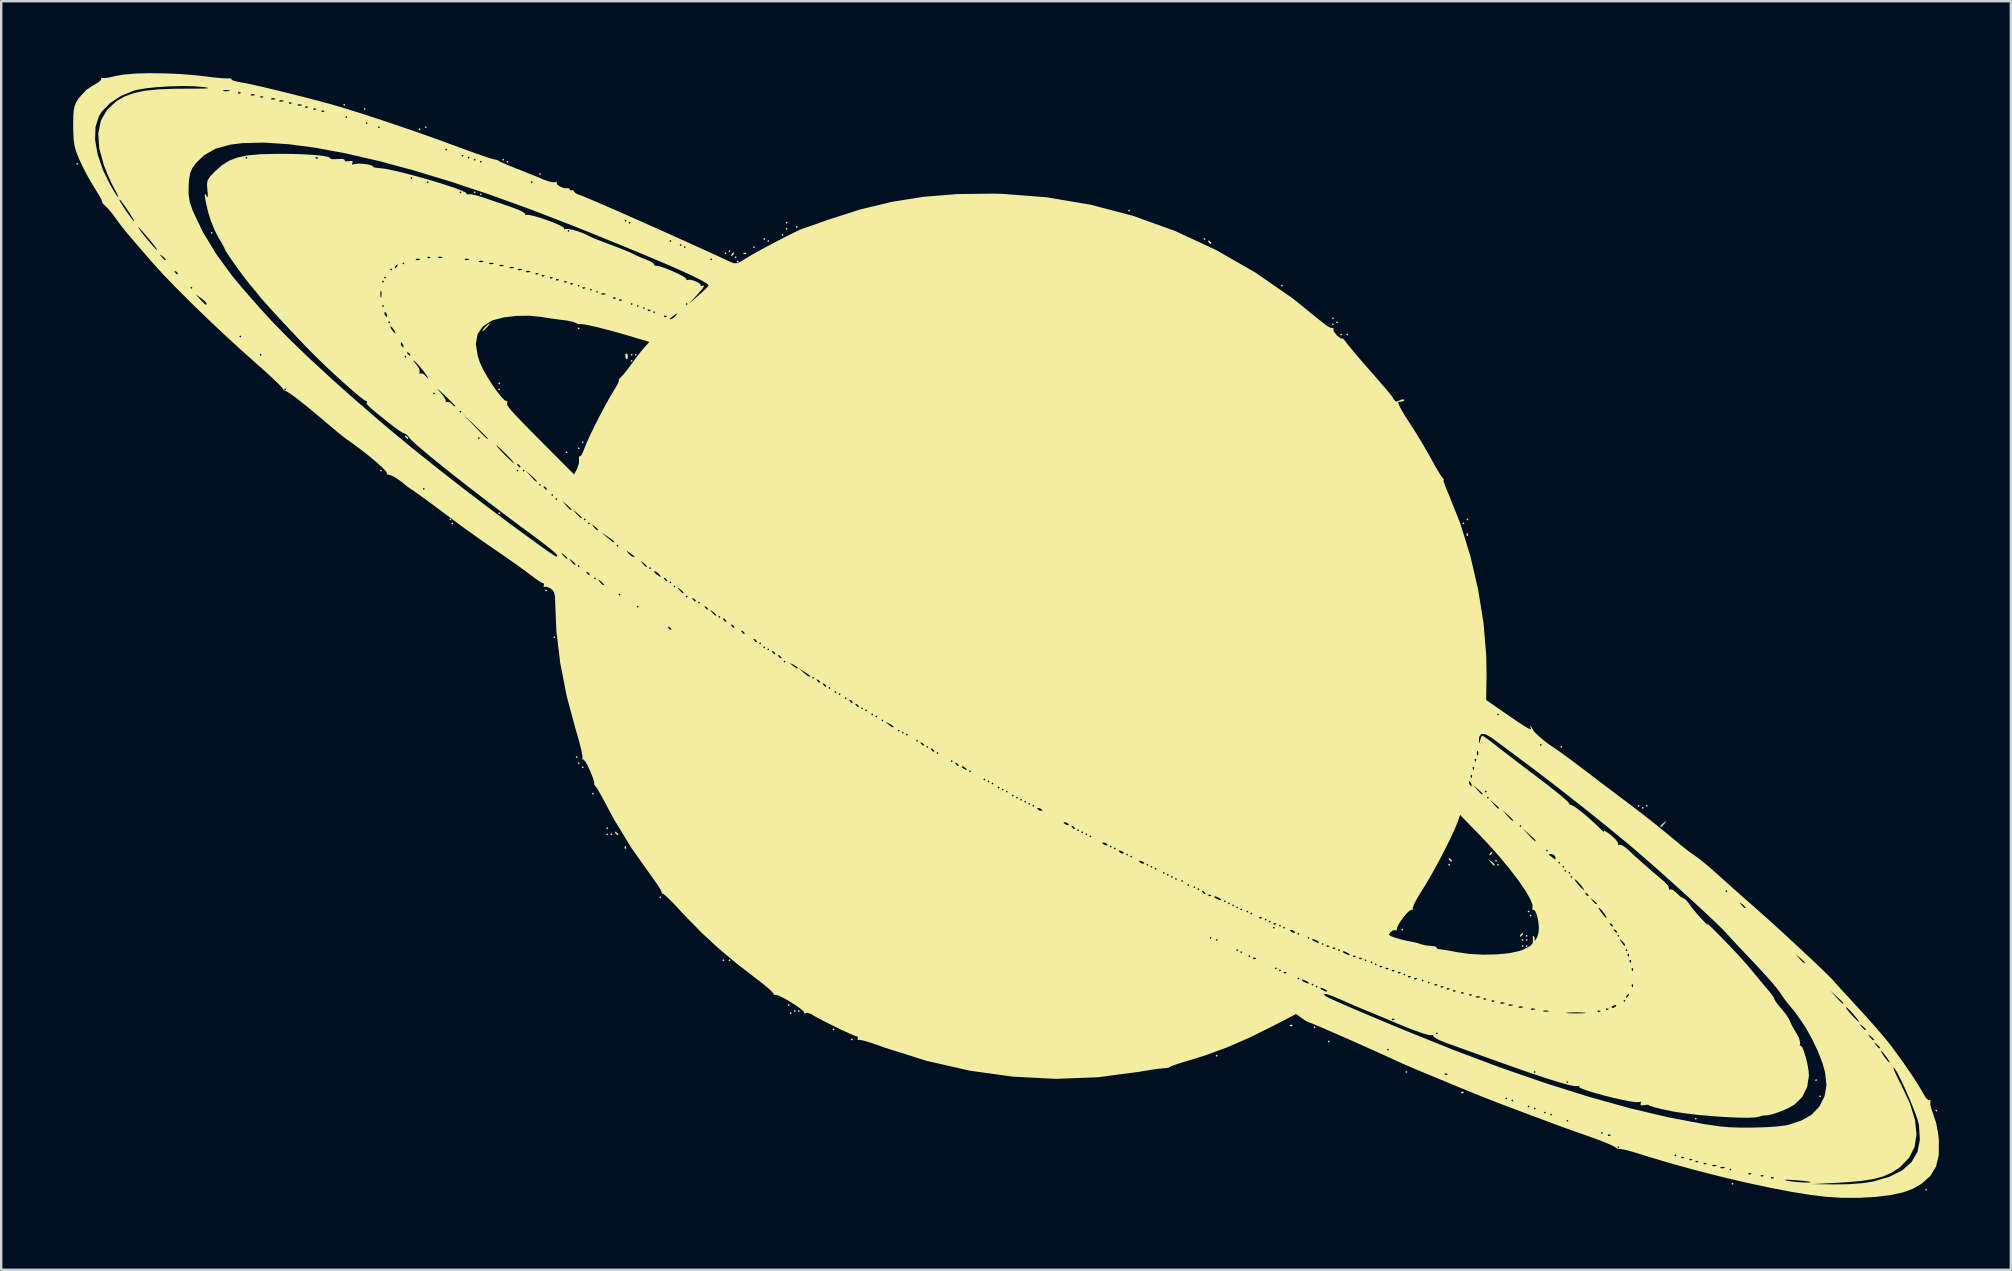
<source format=kicad_pcb>
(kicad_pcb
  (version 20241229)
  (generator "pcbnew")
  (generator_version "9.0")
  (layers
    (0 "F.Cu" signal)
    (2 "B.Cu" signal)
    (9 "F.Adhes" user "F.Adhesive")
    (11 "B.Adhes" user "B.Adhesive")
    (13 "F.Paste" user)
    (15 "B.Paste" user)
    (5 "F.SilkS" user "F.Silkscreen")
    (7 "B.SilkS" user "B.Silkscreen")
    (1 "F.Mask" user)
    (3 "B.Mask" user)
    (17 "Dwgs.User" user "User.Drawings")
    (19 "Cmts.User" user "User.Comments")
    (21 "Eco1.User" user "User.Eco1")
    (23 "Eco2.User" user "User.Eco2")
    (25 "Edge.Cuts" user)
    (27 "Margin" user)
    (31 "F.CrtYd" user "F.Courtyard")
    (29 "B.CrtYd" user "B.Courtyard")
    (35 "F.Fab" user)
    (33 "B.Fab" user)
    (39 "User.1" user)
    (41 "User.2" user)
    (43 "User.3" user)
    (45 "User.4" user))
  (footprint "saturn1"
    (layer "F.Cu")
    (at 38.862 23.377)
    (property "Reference" "saturn1" (at 0 0 0) (layer "F.SilkS") (effects (font (size 1.5 1.5) (thickness 0.3))))
    (attr board_only exclude_from_pos_files exclude_from_bom)
    (fp_poly (pts (xy -38.652 -19.6) (xy -38.695 -19.558) (xy -38.737 -19.6) (xy -38.695 -19.643)) (stroke (width 0) (type solid)) (fill yes) (layer "F.SilkS"))
    (fp_poly (pts (xy -33.045 -16.722) (xy -33.088 -16.679) (xy -33.13 -16.722) (xy -33.088 -16.764)) (stroke (width 0) (type solid)) (fill yes) (layer "F.SilkS"))
    (fp_poly (pts (xy -27.524 -22.056) (xy -27.566 -22.013) (xy -27.609 -22.056) (xy -27.566 -22.098)) (stroke (width 0) (type solid)) (fill yes) (layer "F.SilkS"))
    (fp_poly (pts (xy -26.674 -21.886) (xy -26.717 -21.844) (xy -26.759 -21.886) (xy -26.717 -21.929)) (stroke (width 0) (type solid)) (fill yes) (layer "F.SilkS"))
    (fp_poly (pts (xy -25.995 -6.816) (xy -26.037 -6.773) (xy -26.08 -6.816) (xy -26.037 -6.858)) (stroke (width 0) (type solid)) (fill yes) (layer "F.SilkS"))
    (fp_poly (pts (xy -24.381 -21.04) (xy -24.423 -20.997) (xy -24.466 -21.04) (xy -24.423 -21.082)) (stroke (width 0) (type solid)) (fill yes) (layer "F.SilkS"))
    (fp_poly (pts (xy -24.126 -21.124) (xy -24.168 -21.082) (xy -24.211 -21.124) (xy -24.168 -21.167)) (stroke (width 0) (type solid)) (fill yes) (layer "F.SilkS"))
    (fp_poly (pts (xy -23.106 -4.784) (xy -23.149 -4.741) (xy -23.191 -4.784) (xy -23.149 -4.826)) (stroke (width 0) (type solid)) (fill yes) (layer "F.SilkS"))
    (fp_poly (pts (xy -23.021 -4.614) (xy -23.064 -4.572) (xy -23.106 -4.614) (xy -23.064 -4.657)) (stroke (width 0) (type solid)) (fill yes) (layer "F.SilkS"))
    (fp_poly (pts (xy -22.087 -18.415) (xy -22.129 -18.373) (xy -22.172 -18.415) (xy -22.129 -18.457)) (stroke (width 0) (type solid)) (fill yes) (layer "F.SilkS"))
    (fp_poly (pts (xy -21.832 -18.33) (xy -21.875 -18.288) (xy -21.917 -18.33) (xy -21.875 -18.373)) (stroke (width 0) (type solid)) (fill yes) (layer "F.SilkS"))
    (fp_poly (pts (xy -21.068 -10.456) (xy -21.11 -10.414) (xy -21.153 -10.456) (xy -21.11 -10.499)) (stroke (width 0) (type solid)) (fill yes) (layer "F.SilkS"))
    (fp_poly (pts (xy -21.068 -10.202) (xy -21.11 -10.16) (xy -21.153 -10.202) (xy -21.11 -10.245)) (stroke (width 0) (type solid)) (fill yes) (layer "F.SilkS"))
    (fp_poly (pts (xy -21.068 -5.038) (xy -21.11 -4.995) (xy -21.153 -5.038) (xy -21.11 -5.08)) (stroke (width 0) (type solid)) (fill yes) (layer "F.SilkS"))
    (fp_poly (pts (xy -20.898 -19.77) (xy -20.94 -19.727) (xy -20.983 -19.77) (xy -20.94 -19.812)) (stroke (width 0) (type solid)) (fill yes) (layer "F.SilkS"))
    (fp_poly (pts (xy -20.728 -19.685) (xy -20.77 -19.643) (xy -20.813 -19.685) (xy -20.77 -19.727)) (stroke (width 0) (type solid)) (fill yes) (layer "F.SilkS"))
    (fp_poly (pts (xy -19.369 -19.177) (xy -19.411 -19.135) (xy -19.454 -19.177) (xy -19.411 -19.219)) (stroke (width 0) (type solid)) (fill yes) (layer "F.SilkS"))
    (fp_poly (pts (xy -19.114 -1.82) (xy -19.156 -1.778) (xy -19.199 -1.82) (xy -19.156 -1.863)) (stroke (width 0) (type solid)) (fill yes) (layer "F.SilkS"))
    (fp_poly (pts (xy -18.774 0.127) (xy -18.816 0.169) (xy -18.859 0.127) (xy -18.816 0.085)) (stroke (width 0) (type solid)) (fill yes) (layer "F.SilkS"))
    (fp_poly (pts (xy -18.264 -7.578) (xy -18.307 -7.535) (xy -18.349 -7.578) (xy -18.307 -7.62)) (stroke (width 0) (type solid)) (fill yes) (layer "F.SilkS"))
    (fp_poly (pts (xy -17.839 5.122) (xy -17.882 5.165) (xy -17.924 5.122) (xy -17.882 5.08)) (stroke (width 0) (type solid)) (fill yes) (layer "F.SilkS"))
    (fp_poly (pts (xy -17.755 -12.742) (xy -17.797 -12.7) (xy -17.839 -12.742) (xy -17.797 -12.785)) (stroke (width 0) (type solid)) (fill yes) (layer "F.SilkS"))
    (fp_poly (pts (xy -17.755 -7.747) (xy -17.797 -7.705) (xy -17.839 -7.747) (xy -17.797 -7.789)) (stroke (width 0) (type solid)) (fill yes) (layer "F.SilkS"))
    (fp_poly (pts (xy -17.755 5.376) (xy -17.797 5.419) (xy -17.839 5.376) (xy -17.797 5.334)) (stroke (width 0) (type solid)) (fill yes) (layer "F.SilkS"))
    (fp_poly (pts (xy -17.585 -8.001) (xy -17.627 -7.959) (xy -17.67 -8.001) (xy -17.627 -8.043)) (stroke (width 0) (type solid)) (fill yes) (layer "F.SilkS"))
    (fp_poly (pts (xy -17.585 5.546) (xy -17.627 5.588) (xy -17.67 5.546) (xy -17.627 5.503)) (stroke (width 0) (type solid)) (fill yes) (layer "F.SilkS"))
    (fp_poly (pts (xy -17.16 6.646) (xy -17.202 6.689) (xy -17.245 6.646) (xy -17.202 6.604)) (stroke (width 0) (type solid)) (fill yes) (layer "F.SilkS"))
    (fp_poly (pts (xy -16.565 8.086) (xy -16.608 8.128) (xy -16.65 8.086) (xy -16.608 8.043)) (stroke (width 0) (type solid)) (fill yes) (layer "F.SilkS"))
    (fp_poly (pts (xy -16.565 8.34) (xy -16.608 8.382) (xy -16.65 8.34) (xy -16.608 8.297)) (stroke (width 0) (type solid)) (fill yes) (layer "F.SilkS"))
    (fp_poly (pts (xy -16.395 8.34) (xy -16.438 8.382) (xy -16.48 8.34) (xy -16.438 8.297)) (stroke (width 0) (type solid)) (fill yes) (layer "F.SilkS"))
    (fp_poly (pts (xy -15.546 -11.642) (xy -15.588 -11.599) (xy -15.631 -11.642) (xy -15.588 -11.684)) (stroke (width 0) (type solid)) (fill yes) (layer "F.SilkS"))
    (fp_poly (pts (xy -15.546 -11.388) (xy -15.588 -11.345) (xy -15.631 -11.388) (xy -15.588 -11.43)) (stroke (width 0) (type solid)) (fill yes) (layer "F.SilkS"))
    (fp_poly (pts (xy -15.376 -11.642) (xy -15.418 -11.599) (xy -15.461 -11.642) (xy -15.418 -11.684)) (stroke (width 0) (type solid)) (fill yes) (layer "F.SilkS"))
    (fp_poly (pts (xy -14.357 10.964) (xy -14.399 11.007) (xy -14.441 10.964) (xy -14.399 10.922)) (stroke (width 0) (type solid)) (fill yes) (layer "F.SilkS"))
    (fp_poly (pts (xy -11.723 13.589) (xy -11.766 13.631) (xy -11.808 13.589) (xy -11.766 13.547)) (stroke (width 0) (type solid)) (fill yes) (layer "F.SilkS"))
    (fp_poly (pts (xy -11.638 -15.875) (xy -11.681 -15.833) (xy -11.723 -15.875) (xy -11.681 -15.917)) (stroke (width 0) (type solid)) (fill yes) (layer "F.SilkS"))
    (fp_poly (pts (xy -11.468 -15.96) (xy -11.511 -15.917) (xy -11.553 -15.96) (xy -11.511 -16.002)) (stroke (width 0) (type solid)) (fill yes) (layer "F.SilkS"))
    (fp_poly (pts (xy -11.468 13.589) (xy -11.511 13.631) (xy -11.553 13.589) (xy -11.511 13.547)) (stroke (width 0) (type solid)) (fill yes) (layer "F.SilkS"))
    (fp_poly (pts (xy -11.213 -15.706) (xy -11.256 -15.663) (xy -11.298 -15.706) (xy -11.256 -15.748)) (stroke (width 0) (type solid)) (fill yes) (layer "F.SilkS"))
    (fp_poly (pts (xy -11.128 -15.536) (xy -11.171 -15.494) (xy -11.213 -15.536) (xy -11.171 -15.579)) (stroke (width 0) (type solid)) (fill yes) (layer "F.SilkS"))
    (fp_poly (pts (xy -10.449 -16.129) (xy -10.491 -16.087) (xy -10.534 -16.129) (xy -10.491 -16.171)) (stroke (width 0) (type solid)) (fill yes) (layer "F.SilkS"))
    (fp_poly (pts (xy -10.024 -16.468) (xy -10.067 -16.425) (xy -10.109 -16.468) (xy -10.067 -16.51)) (stroke (width 0) (type solid)) (fill yes) (layer "F.SilkS"))
    (fp_poly (pts (xy -9.854 -16.383) (xy -9.897 -16.341) (xy -9.939 -16.383) (xy -9.897 -16.425)) (stroke (width 0) (type solid)) (fill yes) (layer "F.SilkS"))
    (fp_poly (pts (xy -9.26 -16.637) (xy -9.302 -16.595) (xy -9.344 -16.637) (xy -9.302 -16.679)) (stroke (width 0) (type solid)) (fill yes) (layer "F.SilkS"))
    (fp_poly (pts (xy -9.09 -17.145) (xy -9.132 -17.103) (xy -9.175 -17.145) (xy -9.132 -17.187)) (stroke (width 0) (type solid)) (fill yes) (layer "F.SilkS"))
    (fp_poly (pts (xy -9.09 -16.891) (xy -9.132 -16.849) (xy -9.175 -16.891) (xy -9.132 -16.933)) (stroke (width 0) (type solid)) (fill yes) (layer "F.SilkS"))
    (fp_poly (pts (xy -9.005 15.452) (xy -9.047 15.494) (xy -9.09 15.452) (xy -9.047 15.409)) (stroke (width 0) (type solid)) (fill yes) (layer "F.SilkS"))
    (fp_poly (pts (xy -8.92 15.79) (xy -8.962 15.833) (xy -9.005 15.79) (xy -8.962 15.748)) (stroke (width 0) (type solid)) (fill yes) (layer "F.SilkS"))
    (fp_poly (pts (xy -8.75 15.706) (xy -8.792 15.748) (xy -8.835 15.706) (xy -8.792 15.663)) (stroke (width 0) (type solid)) (fill yes) (layer "F.SilkS"))
    (fp_poly (pts (xy -8.665 -16.976) (xy -8.707 -16.933) (xy -8.75 -16.976) (xy -8.707 -17.018)) (stroke (width 0) (type solid)) (fill yes) (layer "F.SilkS"))
    (fp_poly (pts (xy -8.58 15.706) (xy -8.622 15.748) (xy -8.665 15.706) (xy -8.622 15.663)) (stroke (width 0) (type solid)) (fill yes) (layer "F.SilkS"))
    (fp_poly (pts (xy -7.136 16.468) (xy -7.178 16.51) (xy -7.221 16.468) (xy -7.178 16.425)) (stroke (width 0) (type solid)) (fill yes) (layer "F.SilkS"))
    (fp_poly (pts (xy -6.371 16.891) (xy -6.414 16.933) (xy -6.456 16.891) (xy -6.414 16.849)) (stroke (width 0) (type solid)) (fill yes) (layer "F.SilkS"))
    (fp_poly (pts (xy 5.182 -17.653) (xy 5.139 -17.611) (xy 5.097 -17.653) (xy 5.139 -17.695)) (stroke (width 0) (type solid)) (fill yes) (layer "F.SilkS"))
    (fp_poly (pts (xy 8.325 -16.468) (xy 8.283 -16.425) (xy 8.24 -16.468) (xy 8.283 -16.51)) (stroke (width 0) (type solid)) (fill yes) (layer "F.SilkS"))
    (fp_poly (pts (xy 8.835 17.568) (xy 8.792 17.611) (xy 8.75 17.568) (xy 8.792 17.526)) (stroke (width 0) (type solid)) (fill yes) (layer "F.SilkS"))
    (fp_poly (pts (xy 11.553 -14.52) (xy 11.511 -14.478) (xy 11.468 -14.52) (xy 11.511 -14.563)) (stroke (width 0) (type solid)) (fill yes) (layer "F.SilkS"))
    (fp_poly (pts (xy 12.912 16.383) (xy 12.87 16.425) (xy 12.827 16.383) (xy 12.87 16.341)) (stroke (width 0) (type solid)) (fill yes) (layer "F.SilkS"))
    (fp_poly (pts (xy 13.507 16.976) (xy 13.465 17.018) (xy 13.422 16.976) (xy 13.465 16.933)) (stroke (width 0) (type solid)) (fill yes) (layer "F.SilkS"))
    (fp_poly (pts (xy 13.677 -13.166) (xy 13.634 -13.123) (xy 13.592 -13.166) (xy 13.634 -13.208)) (stroke (width 0) (type solid)) (fill yes) (layer "F.SilkS"))
    (fp_poly (pts (xy 13.677 -12.912) (xy 13.634 -12.869) (xy 13.592 -12.912) (xy 13.634 -12.954)) (stroke (width 0) (type solid)) (fill yes) (layer "F.SilkS"))
    (fp_poly (pts (xy 13.847 -12.996) (xy 13.804 -12.954) (xy 13.762 -12.996) (xy 13.804 -13.039)) (stroke (width 0) (type solid)) (fill yes) (layer "F.SilkS"))
    (fp_poly (pts (xy 14.017 -12.488) (xy 13.974 -12.446) (xy 13.932 -12.488) (xy 13.974 -12.531)) (stroke (width 0) (type solid)) (fill yes) (layer "F.SilkS"))
    (fp_poly (pts (xy 14.272 -12.488) (xy 14.229 -12.446) (xy 14.187 -12.488) (xy 14.229 -12.531)) (stroke (width 0) (type solid)) (fill yes) (layer "F.SilkS"))
    (fp_poly (pts (xy 16.565 12.319) (xy 16.523 12.361) (xy 16.48 12.319) (xy 16.523 12.277)) (stroke (width 0) (type solid)) (fill yes) (layer "F.SilkS"))
    (fp_poly (pts (xy 16.735 18.246) (xy 16.693 18.288) (xy 16.65 18.246) (xy 16.693 18.203)) (stroke (width 0) (type solid)) (fill yes) (layer "F.SilkS"))
    (fp_poly (pts (xy 18.519 9.61) (xy 18.477 9.652) (xy 18.434 9.61) (xy 18.477 9.567)) (stroke (width 0) (type solid)) (fill yes) (layer "F.SilkS"))
    (fp_poly (pts (xy 19.114 -4.614) (xy 19.071 -4.572) (xy 19.029 -4.614) (xy 19.071 -4.657)) (stroke (width 0) (type solid)) (fill yes) (layer "F.SilkS"))
    (fp_poly (pts (xy 19.284 -4.784) (xy 19.241 -4.741) (xy 19.199 -4.784) (xy 19.241 -4.826)) (stroke (width 0) (type solid)) (fill yes) (layer "F.SilkS"))
    (fp_poly (pts (xy 20.473 9.44) (xy 20.43 9.483) (xy 20.388 9.44) (xy 20.43 9.398)) (stroke (width 0) (type solid)) (fill yes) (layer "F.SilkS"))
    (fp_poly (pts (xy 20.558 9.61) (xy 20.515 9.652) (xy 20.473 9.61) (xy 20.515 9.567)) (stroke (width 0) (type solid)) (fill yes) (layer "F.SilkS"))
    (fp_poly (pts (xy 21.577 12.742) (xy 21.535 12.785) (xy 21.492 12.742) (xy 21.535 12.7)) (stroke (width 0) (type solid)) (fill yes) (layer "F.SilkS"))
    (fp_poly (pts (xy 21.577 12.996) (xy 21.535 13.039) (xy 21.492 12.996) (xy 21.535 12.954)) (stroke (width 0) (type solid)) (fill yes) (layer "F.SilkS"))
    (fp_poly (pts (xy 21.747 12.573) (xy 21.705 12.615) (xy 21.662 12.573) (xy 21.705 12.531)) (stroke (width 0) (type solid)) (fill yes) (layer "F.SilkS"))
    (fp_poly (pts (xy 21.747 12.742) (xy 21.705 12.785) (xy 21.662 12.742) (xy 21.705 12.7)) (stroke (width 0) (type solid)) (fill yes) (layer "F.SilkS"))
    (fp_poly (pts (xy 21.747 12.996) (xy 21.705 13.039) (xy 21.662 12.996) (xy 21.705 12.954)) (stroke (width 0) (type solid)) (fill yes) (layer "F.SilkS"))
    (fp_poly (pts (xy 21.832 11.557) (xy 21.79 11.599) (xy 21.747 11.557) (xy 21.79 11.515)) (stroke (width 0) (type solid)) (fill yes) (layer "F.SilkS"))
    (fp_poly (pts (xy 21.917 11.726) (xy 21.875 11.769) (xy 21.832 11.726) (xy 21.875 11.684)) (stroke (width 0) (type solid)) (fill yes) (layer "F.SilkS"))
    (fp_poly (pts (xy 23.191 4.699) (xy 23.149 4.741) (xy 23.106 4.699) (xy 23.149 4.657)) (stroke (width 0) (type solid)) (fill yes) (layer "F.SilkS"))
    (fp_poly (pts (xy 26.419 7.154) (xy 26.377 7.197) (xy 26.334 7.154) (xy 26.377 7.112)) (stroke (width 0) (type solid)) (fill yes) (layer "F.SilkS"))
    (fp_poly (pts (xy 26.589 7.239) (xy 26.547 7.281) (xy 26.504 7.239) (xy 26.547 7.197)) (stroke (width 0) (type solid)) (fill yes) (layer "F.SilkS"))
    (fp_poly (pts (xy 26.759 7.154) (xy 26.717 7.197) (xy 26.674 7.154) (xy 26.717 7.112)) (stroke (width 0) (type solid)) (fill yes) (layer "F.SilkS"))
    (fp_poly (pts (xy 28.798 20.193) (xy 28.756 20.235) (xy 28.713 20.193) (xy 28.756 20.151)) (stroke (width 0) (type solid)) (fill yes) (layer "F.SilkS"))
    (fp_poly (pts (xy 30.327 22.902) (xy 30.285 22.945) (xy 30.242 22.902) (xy 30.285 22.86)) (stroke (width 0) (type solid)) (fill yes) (layer "F.SilkS"))
    (fp_poly (pts (xy 33.81 18.584) (xy 33.768 18.627) (xy 33.725 18.584) (xy 33.768 18.542)) (stroke (width 0) (type solid)) (fill yes) (layer "F.SilkS"))
    (fp_poly (pts (xy 33.98 19.262) (xy 33.937 19.304) (xy 33.895 19.262) (xy 33.937 19.219)) (stroke (width 0) (type solid)) (fill yes) (layer "F.SilkS"))
    (fp_poly (pts (xy 38.397 23.156) (xy 38.355 23.199) (xy 38.312 23.156) (xy 38.355 23.114)) (stroke (width 0) (type solid)) (fill yes) (layer "F.SilkS"))
    (fp_poly (pts (xy 38.822 19.854) (xy 38.78 19.897) (xy 38.737 19.854) (xy 38.78 19.812)) (stroke (width 0) (type solid)) (fill yes) (layer "F.SilkS"))
    (fp_poly (pts (xy -15.829 8.834) (xy -15.819 8.934) (xy -15.829 8.946) (xy -15.879 8.935) (xy -15.886 8.89) (xy -15.855 8.82)) (stroke (width 0) (type solid)) (fill yes) (layer "F.SilkS"))
    (fp_poly (pts (xy -10.817 -15.889) (xy -10.829 -15.839) (xy -10.874 -15.833) (xy -10.944 -15.864) (xy -10.93 -15.889) (xy -10.829 -15.899)) (stroke (width 0) (type solid)) (fill yes) (layer "F.SilkS"))
    (fp_poly (pts (xy 11.95 16.284) (xy 11.938 16.335) (xy 11.893 16.341) (xy 11.823 16.31) (xy 11.836 16.284) (xy 11.937 16.274)) (stroke (width 0) (type solid)) (fill yes) (layer "F.SilkS"))
    (fp_poly (pts (xy 19.085 19.078) (xy 19.074 19.129) (xy 19.029 19.135) (xy 18.959 19.104) (xy 18.972 19.078) (xy 19.073 19.068)) (stroke (width 0) (type solid)) (fill yes) (layer "F.SilkS"))
    (fp_poly (pts (xy 19.255 -4.205) (xy 19.265 -4.105) (xy 19.255 -4.092) (xy 19.205 -4.104) (xy 19.199 -4.149) (xy 19.23 -4.218)) (stroke (width 0) (type solid)) (fill yes) (layer "F.SilkS"))
    (fp_poly (pts (xy -24.988 -8.263) (xy -24.897 -8.178) (xy -24.916 -8.129) (xy -24.928 -8.128) (xy -25 -8.188) (xy -25.026 -8.226) (xy -25.036 -8.284)) (stroke (width 0) (type solid)) (fill yes) (layer "F.SilkS"))
    (fp_poly (pts (xy -16.239 8.247) (xy -16.148 8.326) (xy -16.14 8.345) (xy -16.181 8.379) (xy -16.265 8.301) (xy -16.276 8.284) (xy -16.286 8.226)) (stroke (width 0) (type solid)) (fill yes) (layer "F.SilkS"))
    (fp_poly (pts (xy -15.767 -11.689) (xy -15.752 -11.598) (xy -15.762 -11.452) (xy -15.806 -11.46) (xy -15.848 -11.522) (xy -15.852 -11.657) (xy -15.828 -11.69)) (stroke (width 0) (type solid)) (fill yes) (layer "F.SilkS"))
    (fp_poly (pts (xy 8.482 -16.391) (xy 8.573 -16.306) (xy 8.554 -16.257) (xy 8.542 -16.256) (xy 8.471 -16.316) (xy 8.444 -16.354) (xy 8.434 -16.412)) (stroke (width 0) (type solid)) (fill yes) (layer "F.SilkS"))
    (fp_poly (pts (xy 18.506 9.348) (xy 18.597 9.433) (xy 18.578 9.482) (xy 18.567 9.483) (xy 18.495 9.423) (xy 18.468 9.385) (xy 18.458 9.327)) (stroke (width 0) (type solid)) (fill yes) (layer "F.SilkS"))
    (fp_poly (pts (xy -21.526 -12.901) (xy -21.62 -12.785) (xy -21.747 -12.659) (xy -21.816 -12.615) (xy -21.799 -12.668) (xy -21.705 -12.785) (xy -21.577 -12.91) (xy -21.508 -12.954)) (stroke (width 0) (type solid)) (fill yes) (layer "F.SilkS"))
    (fp_poly (pts (xy -11.325 -15.863) (xy -11.341 -15.833) (xy -11.421 -15.752) (xy -11.436 -15.748) (xy -11.442 -15.803) (xy -11.426 -15.833) (xy -11.346 -15.914) (xy -11.331 -15.917)) (stroke (width 0) (type solid)) (fill yes) (layer "F.SilkS"))
    (fp_poly (pts (xy 20.178 9.425) (xy 20.239 9.472) (xy 20.371 9.595) (xy 20.371 9.651) (xy 20.356 9.652) (xy 20.285 9.594) (xy 20.207 9.504) (xy 20.134 9.404)) (stroke (width 0) (type solid)) (fill yes) (layer "F.SilkS"))
    (fp_poly (pts (xy 20.276 9.114) (xy 20.261 9.144) (xy 20.18 9.225) (xy 20.166 9.229) (xy 20.16 9.174) (xy 20.176 9.144) (xy 20.256 9.063) (xy 20.271 9.059)) (stroke (width 0) (type solid)) (fill yes) (layer "F.SilkS"))
    (fp_poly (pts (xy 21.551 12.501) (xy 21.535 12.531) (xy 21.455 12.612) (xy 21.44 12.615) (xy 21.434 12.561) (xy 21.45 12.531) (xy 21.53 12.45) (xy 21.545 12.446)) (stroke (width 0) (type solid)) (fill yes) (layer "F.SilkS"))
    (fp_poly (pts (xy 27.497 7.834) (xy 27.45 7.895) (xy 27.326 8.027) (xy 27.27 8.026) (xy 27.269 8.011) (xy 27.327 7.941) (xy 27.418 7.863) (xy 27.518 7.79)) (stroke (width 0) (type solid)) (fill yes) (layer "F.SilkS"))
    (fp_poly (pts (xy -35.062 -23.371) (xy -34.403 -23.342) (xy -33.761 -23.29) (xy -33.394 -23.248) (xy -33.004 -23.2) (xy -32.676 -23.169) (xy -32.447 -23.156) (xy -32.354 -23.164) (xy -32.284 -23.152) (xy -32.281 -23.131) (xy -32.205 -23.074) (xy -32.013 -23.02) (xy -31.887 -22.998) (xy -31.651 -22.956) (xy -31.283 -22.877) (xy -30.816 -22.769) (xy -30.28 -22.64) (xy -29.71 -22.499) (xy -29.135 -22.353) (xy -28.589 -22.21) (xy -28.104 -22.078) (xy -27.711 -21.965) (xy -27.694 -21.96) (xy -26.811 -21.685) (xy -25.827 -21.362) (xy -24.795 -21.011) (xy -23.77 -20.65) (xy -22.936 -20.345) (xy -22.46 -20.169) (xy -22.032 -20.016) (xy -21.682 -19.896) (xy -21.436 -19.816) (xy -21.322 -19.788) (xy -21.182 -19.757) (xy -21.153 -19.735) (xy -21.059 -19.683) (xy -20.845 -19.588) (xy -20.549 -19.465) (xy -20.388 -19.401) (xy -20.007 -19.251) (xy -19.634 -19.1) (xy -19.334 -18.975) (xy -19.271 -18.948) (xy -19.019 -18.859) (xy -18.827 -18.829) (xy -18.77 -18.841) (xy -18.702 -18.859) (xy -18.716 -18.821) (xy -18.689 -18.735) (xy -18.562 -18.645) (xy -18.399 -18.583) (xy -18.267 -18.583) (xy -18.258 -18.588) (xy -18.185 -18.573) (xy -18.179 -18.542) (xy -18.128 -18.487) (xy -18.094 -18.5) (xy -18.016 -18.496) (xy -18.009 -18.468) (xy -17.939 -18.381) (xy -17.818 -18.324) (xy -17.647 -18.26) (xy -17.341 -18.134) (xy -16.921 -17.955) (xy -16.407 -17.732) (xy -15.818 -17.473) (xy -15.175 -17.189) (xy -14.498 -16.887) (xy -13.806 -16.577) (xy -13.12 -16.267) (xy -12.46 -15.967) (xy -11.845 -15.684) (xy -11.499 -15.523) (xy -11.345 -15.461) (xy -11.217 -15.455) (xy -11.061 -15.517) (xy -10.826 -15.659) (xy -10.777 -15.689) (xy -10.557 -15.821) (xy -10.247 -15.994) (xy -9.881 -16.192) (xy -9.495 -16.395) (xy -9.123 -16.586) (xy -8.801 -16.747) (xy -8.563 -16.859) (xy -8.453 -16.902) (xy -8.343 -16.938) (xy -8.109 -17.019) (xy -7.784 -17.133) (xy -7.414 -17.265) (xy -6.073 -17.696) (xy -4.755 -18.014) (xy -3.421 -18.227) (xy -2.032 -18.339) (xy -0.547 -18.358) (xy -0.138 -18.348) (xy 1.709 -18.205) (xy 3.529 -17.898) (xy 5.315 -17.429) (xy 7.059 -16.8) (xy 8.753 -16.015) (xy 10.39 -15.078) (xy 11.962 -13.99) (xy 13.156 -13.024) (xy 13.37 -12.859) (xy 13.541 -12.765) (xy 13.615 -12.757) (xy 13.664 -12.757) (xy 13.65 -12.725) (xy 13.67 -12.616) (xy 13.787 -12.463) (xy 13.807 -12.444) (xy 13.945 -12.333) (xy 14.015 -12.315) (xy 14.017 -12.323) (xy 14.057 -12.318) (xy 14.154 -12.201) (xy 14.162 -12.19) (xy 14.276 -12.041) (xy 14.473 -11.802) (xy 14.723 -11.507) (xy 14.937 -11.261) (xy 15.332 -10.809) (xy 15.63 -10.467) (xy 15.845 -10.217) (xy 15.992 -10.041) (xy 16.085 -9.922) (xy 16.139 -9.842) (xy 16.169 -9.784) (xy 16.176 -9.768) (xy 16.268 -9.688) (xy 16.331 -9.708) (xy 16.486 -9.777) (xy 16.594 -9.784) (xy 16.602 -9.728) (xy 16.504 -9.685) (xy 16.48 -9.694) (xy 16.376 -9.682) (xy 16.358 -9.66) (xy 16.382 -9.561) (xy 16.486 -9.356) (xy 16.651 -9.077) (xy 16.809 -8.833) (xy 17.082 -8.409) (xy 17.375 -7.925) (xy 17.64 -7.466) (xy 17.718 -7.324) (xy 17.898 -6.997) (xy 18.057 -6.728) (xy 18.174 -6.55) (xy 18.217 -6.499) (xy 18.264 -6.443) (xy 18.247 -6.436) (xy 18.249 -6.365) (xy 18.312 -6.179) (xy 18.421 -5.914) (xy 18.444 -5.863) (xy 18.943 -4.609) (xy 19.36 -3.261) (xy 19.685 -1.863) (xy 19.91 -0.461) (xy 20.025 0.9) (xy 20.037 1.731) (xy 20.019 2.742) (xy 20.904 3.356) (xy 21.32 3.641) (xy 21.612 3.832) (xy 21.795 3.938) (xy 21.883 3.965) (xy 21.89 3.921) (xy 21.866 3.873) (xy 21.849 3.815) (xy 21.882 3.838) (xy 21.956 3.949) (xy 21.96 3.97) (xy 22.022 4.065) (xy 22.183 4.223) (xy 22.402 4.411) (xy 22.639 4.593) (xy 22.813 4.709) (xy 22.972 4.817) (xy 23.235 5.006) (xy 23.567 5.25) (xy 23.938 5.528) (xy 24.073 5.63) (xy 24.472 5.934) (xy 24.867 6.233) (xy 25.216 6.497) (xy 25.48 6.696) (xy 25.527 6.731) (xy 26.108 7.169) (xy 26.592 7.54) (xy 27.02 7.877) (xy 27.431 8.211) (xy 27.542 8.302) (xy 27.886 8.586) (xy 28.128 8.786) (xy 28.3 8.924) (xy 28.429 9.024) (xy 28.547 9.111) (xy 28.682 9.206) (xy 28.713 9.228) (xy 28.931 9.388) (xy 29.173 9.583) (xy 29.469 9.837) (xy 29.848 10.175) (xy 30.027 10.337) (xy 30.266 10.552) (xy 30.588 10.838) (xy 30.95 11.157) (xy 31.262 11.43) (xy 31.583 11.714) (xy 31.963 12.056) (xy 32.379 12.436) (xy 32.81 12.833) (xy 33.235 13.228) (xy 33.631 13.6) (xy 33.977 13.929) (xy 34.251 14.194) (xy 34.432 14.377) (xy 34.48 14.43) (xy 34.602 14.568) (xy 34.801 14.788) (xy 35.039 15.047) (xy 35.095 15.107) (xy 35.727 15.794) (xy 36.24 16.369) (xy 36.64 16.836) (xy 36.929 17.199) (xy 36.951 17.23) (xy 37.39 17.834) (xy 37.757 18.365) (xy 38.04 18.803) (xy 38.219 19.116) (xy 38.353 19.333) (xy 38.464 19.425) (xy 38.499 19.421) (xy 38.553 19.414) (xy 38.53 19.465) (xy 38.526 19.595) (xy 38.583 19.819) (xy 38.653 20.002) (xy 38.781 20.404) (xy 38.867 20.894) (xy 38.886 21.096) (xy 38.882 21.696) (xy 38.769 22.18) (xy 38.535 22.574) (xy 38.165 22.902) (xy 37.808 23.111) (xy 37.412 23.258) (xy 36.883 23.372) (xy 36.254 23.451) (xy 35.559 23.49) (xy 34.834 23.488) (xy 34.227 23.451) (xy 33.549 23.371) (xy 32.74 23.24) (xy 31.829 23.065) (xy 31.145 22.918) (xy 33.598 22.918) (xy 34.548 22.931) (xy 35.154 22.921) (xy 35.715 22.877) (xy 36.119 22.815) (xy 36.813 22.618) (xy 37.354 22.348) (xy 37.747 22.002) (xy 37.993 21.576) (xy 38.095 21.066) (xy 38.057 20.468) (xy 38.051 20.431) (xy 37.995 20.223) (xy 37.891 19.929) (xy 37.753 19.58) (xy 37.595 19.207) (xy 37.431 18.841) (xy 37.274 18.512) (xy 37.139 18.251) (xy 37.038 18.09) (xy 36.989 18.055) (xy 37.009 18.141) (xy 37.095 18.342) (xy 37.232 18.622) (xy 37.327 18.805) (xy 37.682 19.567) (xy 37.891 20.247) (xy 37.954 20.847) (xy 37.871 21.372) (xy 37.642 21.825) (xy 37.266 22.211) (xy 37.226 22.242) (xy 36.915 22.443) (xy 36.568 22.596) (xy 36.154 22.708) (xy 35.641 22.788) (xy 34.998 22.843) (xy 34.787 22.855) (xy 33.598 22.918) (xy 31.145 22.918) (xy 30.845 22.853) (xy 30.36 22.739) (xy 32.463 22.739) (xy 32.49 22.76) (xy 32.536 22.772) (xy 32.745 22.807) (xy 33 22.834) (xy 33.25 22.85) (xy 33.449 22.853) (xy 33.548 22.84) (xy 33.548 22.829) (xy 33.452 22.808) (xy 33.231 22.782) (xy 32.93 22.756) (xy 32.876 22.752) (xy 32.594 22.736) (xy 32.463 22.739) (xy 30.36 22.739) (xy 29.915 22.634) (xy 31.885 22.634) (xy 31.896 22.685) (xy 31.941 22.691) (xy 32.011 22.66) (xy 31.998 22.634) (xy 31.897 22.624) (xy 31.885 22.634) (xy 29.915 22.634) (xy 29.818 22.611) (xy 29.575 22.55) (xy 31.46 22.55) (xy 31.471 22.6) (xy 31.516 22.606) (xy 31.586 22.575) (xy 31.573 22.55) (xy 31.472 22.539) (xy 31.46 22.55) (xy 29.575 22.55) (xy 29.243 22.465) (xy 30.95 22.465) (xy 30.962 22.515) (xy 31.007 22.521) (xy 31.077 22.49) (xy 31.063 22.465) (xy 30.963 22.455) (xy 30.95 22.465) (xy 29.243 22.465) (xy 28.775 22.346) (xy 28.644 22.31) (xy 30.157 22.31) (xy 30.2 22.352) (xy 30.242 22.31) (xy 30.2 22.267) (xy 30.157 22.31) (xy 28.644 22.31) (xy 28.416 22.247) (xy 29.769 22.247) (xy 29.853 22.261) (xy 29.963 22.245) (xy 29.964 22.216) (xy 29.851 22.196) (xy 29.801 22.209) (xy 29.769 22.247) (xy 28.416 22.247) (xy 28.108 22.162) (xy 29.429 22.162) (xy 29.513 22.176) (xy 29.623 22.16) (xy 29.624 22.132) (xy 29.511 22.111) (xy 29.462 22.125) (xy 29.429 22.162) (xy 28.108 22.162) (xy 27.746 22.063) (xy 27.674 22.042) (xy 29.081 22.042) (xy 29.093 22.092) (xy 29.138 22.098) (xy 29.208 22.067) (xy 29.194 22.042) (xy 29.094 22.031) (xy 29.081 22.042) (xy 27.674 22.042) (xy 27.389 21.957) (xy 28.741 21.957) (xy 28.753 22.007) (xy 28.798 22.013) (xy 28.868 21.982) (xy 28.855 21.957) (xy 28.754 21.947) (xy 28.741 21.957) (xy 27.389 21.957) (xy 27.105 21.872) (xy 28.487 21.872) (xy 28.498 21.923) (xy 28.543 21.929) (xy 28.613 21.898) (xy 28.6 21.872) (xy 28.499 21.862) (xy 28.487 21.872) (xy 27.105 21.872) (xy 26.82 21.788) (xy 28.147 21.788) (xy 28.158 21.838) (xy 28.203 21.844) (xy 28.273 21.813) (xy 28.26 21.788) (xy 28.159 21.777) (xy 28.147 21.788) (xy 26.82 21.788) (xy 26.761 21.77) (xy 26.593 21.717) (xy 27.864 21.717) (xy 27.906 21.759) (xy 27.948 21.717) (xy 27.906 21.675) (xy 27.864 21.717) (xy 26.593 21.717) (xy 26.431 21.666) (xy 26.089 21.562) (xy 25.81 21.489) (xy 25.632 21.455) (xy 25.589 21.459) (xy 25.497 21.448) (xy 25.407 21.386) (xy 25.394 21.378) (xy 25.485 21.378) (xy 25.527 21.421) (xy 25.57 21.378) (xy 25.527 21.336) (xy 25.485 21.378) (xy 25.394 21.378) (xy 25.277 21.312) (xy 25.022 21.2) (xy 24.68 21.066) (xy 24.296 20.927) (xy 24.095 20.856) (xy 25.089 20.856) (xy 25.1 20.907) (xy 25.145 20.913) (xy 25.215 20.882) (xy 25.202 20.856) (xy 25.101 20.846) (xy 25.089 20.856) (xy 24.095 20.856) (xy 23.893 20.786) (xy 24.805 20.786) (xy 24.848 20.828) (xy 24.89 20.786) (xy 24.848 20.743) (xy 24.805 20.786) (xy 23.893 20.786) (xy 23.849 20.77) (xy 23.397 20.61) (xy 23.001 20.466) (xy 22.767 20.379) (xy 22.497 20.278) (xy 23.361 20.278) (xy 23.404 20.32) (xy 23.446 20.278) (xy 23.404 20.235) (xy 23.361 20.278) (xy 22.497 20.278) (xy 22.477 20.27) (xy 22.077 20.12) (xy 21.819 20.024) (xy 22.682 20.024) (xy 22.724 20.066) (xy 22.767 20.024) (xy 22.724 19.981) (xy 22.682 20.024) (xy 21.819 20.024) (xy 21.616 19.948) (xy 21.593 19.939) (xy 22.427 19.939) (xy 22.469 19.981) (xy 22.512 19.939) (xy 22.469 19.897) (xy 22.427 19.939) (xy 21.593 19.939) (xy 21.145 19.771) (xy 21.14 19.77) (xy 22.002 19.77) (xy 22.044 19.812) (xy 22.087 19.77) (xy 22.044 19.727) (xy 22.002 19.77) (xy 21.14 19.77) (xy 21.068 19.743) (xy 20.916 19.685) (xy 21.747 19.685) (xy 21.79 19.727) (xy 21.832 19.685) (xy 21.79 19.643) (xy 21.747 19.685) (xy 20.916 19.685) (xy 20.547 19.545) (xy 20.255 19.431) (xy 21.068 19.431) (xy 21.11 19.473) (xy 21.153 19.431) (xy 21.11 19.389) (xy 21.068 19.431) (xy 20.255 19.431) (xy 20.038 19.346) (xy 20.813 19.346) (xy 20.855 19.389) (xy 20.898 19.346) (xy 20.855 19.304) (xy 20.813 19.346) (xy 20.038 19.346) (xy 19.979 19.323) (xy 19.434 19.106) (xy 18.986 18.922) (xy 18.538 18.735) (xy 18.07 18.541) (xy 17.648 18.366) (xy 17.525 18.316) (xy 18.293 18.316) (xy 18.304 18.367) (xy 18.349 18.373) (xy 18.419 18.342) (xy 18.406 18.316) (xy 18.305 18.306) (xy 18.293 18.316) (xy 17.525 18.316) (xy 17.415 18.271) (xy 17.013 18.102) (xy 16.552 17.902) (xy 16.128 17.71) (xy 16.098 17.696) (xy 15.724 17.525) (xy 15.287 17.327) (xy 15.258 17.314) (xy 15.886 17.314) (xy 15.928 17.357) (xy 15.971 17.314) (xy 15.928 17.272) (xy 15.886 17.314) (xy 15.258 17.314) (xy 14.814 17.116) (xy 14.329 16.901) (xy 13.86 16.695) (xy 13.431 16.508) (xy 13.068 16.352) (xy 12.797 16.238) (xy 12.644 16.178) (xy 12.621 16.171) (xy 12.521 16.126) (xy 12.353 16.014) (xy 12.333 16) (xy 12.1 15.828) (xy 11.186 16.304) (xy 10.159 16.813) (xy 9.214 17.224) (xy 8.309 17.556) (xy 7.751 17.729) (xy 7.382 17.839) (xy 7.085 17.935) (xy 6.891 18.006) (xy 6.831 18.041) (xy 6.782 18.068) (xy 6.617 18.087) (xy 6.597 18.088) (xy 6.392 18.108) (xy 6.076 18.152) (xy 5.707 18.212) (xy 5.569 18.237) (xy 3.844 18.465) (xy 2.082 18.532) (xy 0.296 18.44) (xy -1.501 18.19) (xy -3.297 17.782) (xy -5.079 17.219) (xy -5.26 17.153) (xy -5.605 17.032) (xy -5.893 16.946) (xy -6.087 16.905) (xy -6.143 16.908) (xy -6.186 16.903) (xy -6.167 16.862) (xy -6.165 16.775) (xy -6.203 16.764) (xy -6.314 16.728) (xy -6.538 16.631) (xy -6.837 16.492) (xy -7.173 16.33) (xy -7.508 16.162) (xy -7.805 16.008) (xy -8.026 15.886) (xy -8.125 15.822) (xy -8.278 15.777) (xy -8.343 15.797) (xy -8.406 15.818) (xy -8.39 15.791) (xy -8.425 15.719) (xy -8.572 15.594) (xy -8.791 15.44) (xy -9.043 15.283) (xy -9.288 15.145) (xy -9.487 15.053) (xy -9.601 15.03) (xy -9.606 15.032) (xy -9.668 15.029) (xy -9.665 15.002) (xy -9.673 14.99) (xy 13.264 14.99) (xy 13.287 15.051) (xy 13.299 15.062) (xy 13.38 15.113) (xy 13.56 15.201) (xy 13.848 15.332) (xy 14.254 15.51) (xy 14.787 15.738) (xy 15.457 16.02) (xy 16.271 16.361) (xy 16.565 16.483) (xy 18.625 17.314) (xy 20.61 18.06) (xy 22.51 18.717) (xy 24.316 19.284) (xy 26.019 19.758) (xy 27.61 20.135) (xy 29.08 20.413) (xy 29.775 20.515) (xy 30.156 20.548) (xy 30.628 20.564) (xy 31.143 20.563) (xy 31.655 20.547) (xy 32.118 20.517) (xy 32.483 20.474) (xy 32.628 20.445) (xy 33.169 20.264) (xy 33.576 20.029) (xy 33.877 19.72) (xy 33.919 19.661) (xy 34.125 19.248) (xy 34.199 18.798) (xy 34.149 18.283) (xy 34.035 17.871) (xy 33.843 17.381) (xy 33.832 17.357) (xy 36.474 17.357) (xy 36.49 17.417) (xy 36.582 17.565) (xy 36.613 17.611) (xy 36.742 17.776) (xy 36.829 17.862) (xy 36.837 17.865) (xy 36.822 17.805) (xy 36.73 17.656) (xy 36.698 17.611) (xy 36.57 17.445) (xy 36.483 17.36) (xy 36.474 17.357) (xy 33.832 17.357) (xy 33.671 17.019) (xy 36.194 17.019) (xy 36.215 17.062) (xy 36.263 17.124) (xy 36.387 17.255) (xy 36.442 17.255) (xy 36.443 17.24) (xy 36.385 17.169) (xy 36.295 17.092) (xy 36.194 17.019) (xy 33.671 17.019) (xy 33.599 16.867) (xy 33.494 16.68) (xy 35.939 16.68) (xy 35.96 16.724) (xy 36.008 16.785) (xy 36.132 16.917) (xy 36.187 16.916) (xy 36.189 16.901) (xy 36.131 16.831) (xy 36.04 16.753) (xy 35.939 16.68) (xy 33.494 16.68) (xy 33.329 16.387) (xy 33.244 16.257) (xy 35.6 16.257) (xy 35.621 16.3) (xy 35.668 16.362) (xy 35.792 16.493) (xy 35.847 16.493) (xy 35.849 16.478) (xy 35.791 16.407) (xy 35.7 16.33) (xy 35.6 16.257) (xy 33.244 16.257) (xy 33.202 16.193) (xy 33.032 15.947) (xy 32.911 15.78) (xy 32.795 15.632) (xy 32.722 15.544) (xy 35.006 15.544) (xy 35.04 15.615) (xy 35.153 15.759) (xy 35.305 15.929) (xy 35.453 16.08) (xy 35.557 16.165) (xy 35.573 16.171) (xy 35.541 16.113) (xy 35.427 15.965) (xy 35.324 15.839) (xy 35.159 15.658) (xy 35.041 15.554) (xy 35.006 15.544) (xy 32.722 15.544) (xy 32.638 15.443) (xy 32.609 15.409) (xy 32.443 15.194) (xy 32.265 14.938) (xy 32.237 14.895) (xy 32.21 14.859) (xy 34.362 14.859) (xy 34.612 15.134) (xy 34.793 15.327) (xy 34.887 15.404) (xy 34.914 15.384) (xy 34.914 15.383) (xy 34.858 15.316) (xy 34.714 15.177) (xy 34.638 15.108) (xy 34.362 14.859) (xy 32.21 14.859) (xy 32.108 14.725) (xy 31.889 14.465) (xy 31.604 14.146) (xy 31.282 13.798) (xy 31.158 13.667) (xy 30.842 13.335) (xy 32.918 13.335) (xy 33.08 13.525) (xy 33.231 13.685) (xy 33.296 13.709) (xy 33.3 13.687) (xy 33.243 13.618) (xy 33.109 13.496) (xy 32.918 13.335) (xy 30.842 13.335) (xy 30.824 13.317) (xy 30.512 12.985) (xy 30.249 12.704) (xy 30.066 12.503) (xy 30.024 12.456) (xy 29.857 12.281) (xy 29.582 12.013) (xy 29.221 11.671) (xy 28.793 11.274) (xy 28.686 11.177) (xy 30.588 11.177) (xy 30.609 11.22) (xy 30.656 11.282) (xy 30.78 11.413) (xy 30.835 11.413) (xy 30.837 11.398) (xy 30.779 11.327) (xy 30.688 11.25) (xy 30.588 11.177) (xy 28.686 11.177) (xy 28.319 10.841) (xy 28.175 10.71) (xy 29.987 10.71) (xy 30.03 10.753) (xy 30.072 10.71) (xy 30.03 10.668) (xy 29.987 10.71) (xy 28.175 10.71) (xy 27.82 10.389) (xy 27.317 9.939) (xy 26.829 9.508) (xy 26.378 9.115) (xy 25.984 8.78) (xy 25.962 8.761) (xy 25.086 8.04) (xy 24.124 7.268) (xy 23.133 6.489) (xy 22.167 5.747) (xy 21.62 5.336) (xy 21.229 5.045) (xy 20.857 4.769) (xy 20.65 4.614) (xy 22.257 4.614) (xy 22.299 4.657) (xy 22.342 4.614) (xy 22.299 4.572) (xy 22.257 4.614) (xy 20.65 4.614) (xy 20.54 4.533) (xy 20.312 4.363) (xy 20.263 4.326) (xy 20 4.172) (xy 19.82 4.158) (xy 19.728 4.283) (xy 19.72 4.434) (xy 19.731 4.557) (xy 19.749 4.518) (xy 19.768 4.424) (xy 19.819 4.275) (xy 19.863 4.233) (xy 19.953 4.283) (xy 20.136 4.413) (xy 20.373 4.595) (xy 20.388 4.608) (xy 20.607 4.78) (xy 20.93 5.029) (xy 21.326 5.333) (xy 21.765 5.666) (xy 22.185 5.984) (xy 22.591 6.294) (xy 22.943 6.572) (xy 23.221 6.8) (xy 23.405 6.963) (xy 23.476 7.045) (xy 23.475 7.048) (xy 23.504 7.105) (xy 23.552 7.112) (xy 23.668 7.167) (xy 23.875 7.313) (xy 24.137 7.523) (xy 24.423 7.772) (xy 24.7 8.032) (xy 24.796 8.128) (xy 24.911 8.233) (xy 24.939 8.234) (xy 24.929 8.213) (xy 24.945 8.189) (xy 25.065 8.259) (xy 25.212 8.368) (xy 25.402 8.54) (xy 25.507 8.682) (xy 25.515 8.741) (xy 25.512 8.791) (xy 25.555 8.772) (xy 25.669 8.79) (xy 25.847 8.908) (xy 25.941 8.992) (xy 26.183 9.218) (xy 26.514 9.514) (xy 26.892 9.845) (xy 27.275 10.173) (xy 27.449 10.319) (xy 27.592 10.47) (xy 27.642 10.59) (xy 27.636 10.607) (xy 27.638 10.654) (xy 27.678 10.635) (xy 27.792 10.652) (xy 27.943 10.772) (xy 27.961 10.792) (xy 28.115 10.939) (xy 28.236 11.006) (xy 28.243 11.007) (xy 28.348 11.072) (xy 28.474 11.231) (xy 28.479 11.239) (xy 28.612 11.422) (xy 28.818 11.669) (xy 29.028 11.901) (xy 29.194 12.071) (xy 29.271 12.141) (xy 29.247 12.1) (xy 29.223 12.07) (xy 29.202 12.033) (xy 29.285 12.104) (xy 29.457 12.269) (xy 29.703 12.514) (xy 29.845 12.658) (xy 30.193 13.017) (xy 30.537 13.385) (xy 30.84 13.72) (xy 31.063 13.981) (xy 31.077 13.998) (xy 31.32 14.296) (xy 31.565 14.59) (xy 31.748 14.803) (xy 31.909 15) (xy 32.01 15.153) (xy 32.026 15.198) (xy 32.081 15.305) (xy 32.218 15.485) (xy 32.321 15.604) (xy 32.504 15.829) (xy 32.637 16.035) (xy 32.671 16.111) (xy 32.755 16.298) (xy 32.892 16.538) (xy 32.94 16.613) (xy 33.059 16.836) (xy 33.105 17.018) (xy 33.099 17.063) (xy 33.089 17.154) (xy 33.121 17.151) (xy 33.181 17.197) (xy 33.257 17.368) (xy 33.336 17.618) (xy 33.406 17.906) (xy 33.454 18.188) (xy 33.47 18.398) (xy 33.397 18.87) (xy 33.191 19.286) (xy 32.877 19.599) (xy 32.628 19.742) (xy 32.32 19.879) (xy 32.011 19.988) (xy 31.757 20.049) (xy 31.65 20.053) (xy 31.501 20.073) (xy 31.401 20.107) (xy 31.223 20.14) (xy 30.909 20.152) (xy 30.49 20.146) (xy 30 20.124) (xy 29.47 20.088) (xy 28.933 20.041) (xy 28.42 19.983) (xy 27.964 19.918) (xy 27.712 19.872) (xy 27.34 19.792) (xy 27.044 19.719) (xy 26.855 19.661) (xy 26.802 19.629) (xy 26.767 19.607) (xy 26.622 19.624) (xy 26.467 19.637) (xy 26.449 19.582) (xy 26.463 19.556) (xy 26.481 19.481) (xy 26.388 19.5) (xy 26.256 19.503) (xy 26.013 19.469) (xy 25.69 19.406) (xy 25.32 19.322) (xy 24.935 19.226) (xy 24.568 19.125) (xy 24.251 19.029) (xy 24.016 18.945) (xy 23.895 18.882) (xy 23.891 18.857) (xy 23.929 18.812) (xy 23.833 18.834) (xy 23.692 18.832) (xy 23.42 18.775) (xy 23.044 18.669) (xy 23.361 18.669) (xy 23.404 18.711) (xy 23.446 18.669) (xy 23.404 18.627) (xy 23.361 18.669) (xy 23.044 18.669) (xy 23.013 18.66) (xy 22.467 18.488) (xy 21.777 18.256) (xy 21.747 18.246) (xy 22.002 18.246) (xy 22.044 18.288) (xy 22.087 18.246) (xy 22.044 18.203) (xy 22.002 18.246) (xy 21.747 18.246) (xy 20.939 17.963) (xy 19.948 17.608) (xy 19.793 17.552) (xy 19.36 17.395) (xy 18.901 17.229) (xy 18.495 17.083) (xy 18.374 17.039) (xy 18.09 16.926) (xy 17.891 16.822) (xy 17.812 16.747) (xy 17.814 16.737) (xy 17.809 16.694) (xy 17.77 16.712) (xy 17.646 16.708) (xy 17.391 16.639) (xy 17.386 16.637) (xy 17.924 16.637) (xy 17.967 16.679) (xy 18.009 16.637) (xy 17.967 16.595) (xy 17.924 16.637) (xy 17.386 16.637) (xy 17.025 16.511) (xy 16.572 16.333) (xy 16.1 16.134) (xy 15.901 16.049) (xy 15.856 16.03) (xy 16.084 16.03) (xy 16.095 16.081) (xy 16.14 16.087) (xy 16.21 16.056) (xy 16.197 16.03) (xy 16.096 16.02) (xy 16.084 16.03) (xy 15.856 16.03) (xy 15.601 15.924) (xy 15.265 15.785) (xy 23.337 15.785) (xy 23.401 15.796) (xy 23.603 15.803) (xy 23.743 15.804) (xy 24.012 15.8) (xy 24.157 15.791) (xy 24.158 15.778) (xy 24.107 15.771) (xy 23.805 15.757) (xy 23.475 15.767) (xy 23.427 15.771) (xy 23.337 15.785) (xy 15.265 15.785) (xy 15.257 15.782) (xy 15.164 15.743) (xy 15.114 15.723) (xy 22.395 15.723) (xy 22.512 15.735) (xy 22.632 15.721) (xy 22.618 15.692) (xy 22.612 15.692) (xy 24.664 15.692) (xy 24.675 15.742) (xy 24.72 15.748) (xy 24.79 15.717) (xy 24.777 15.692) (xy 24.676 15.681) (xy 24.664 15.692) (xy 22.612 15.692) (xy 22.444 15.681) (xy 22.406 15.692) (xy 22.395 15.723) (xy 15.114 15.723) (xy 14.923 15.643) (xy 21.869 15.643) (xy 21.952 15.657) (xy 22.063 15.641) (xy 22.064 15.612) (xy 22.034 15.607) (xy 25.004 15.607) (xy 25.015 15.657) (xy 25.06 15.663) (xy 25.13 15.632) (xy 25.117 15.607) (xy 25.016 15.597) (xy 25.004 15.607) (xy 22.034 15.607) (xy 21.95 15.592) (xy 21.901 15.605) (xy 21.869 15.643) (xy 14.923 15.643) (xy 14.763 15.577) (xy 14.72 15.558) (xy 21.359 15.558) (xy 21.443 15.572) (xy 21.553 15.556) (xy 21.554 15.53) (xy 25.242 15.53) (xy 25.262 15.574) (xy 25.31 15.579) (xy 25.425 15.517) (xy 25.442 15.495) (xy 25.428 15.447) (xy 25.362 15.462) (xy 25.242 15.53) (xy 21.554 15.53) (xy 21.554 15.528) (xy 21.441 15.507) (xy 21.391 15.521) (xy 21.359 15.558) (xy 14.72 15.558) (xy 14.522 15.474) (xy 20.935 15.474) (xy 21.018 15.487) (xy 21.128 15.472) (xy 21.13 15.443) (xy 21.016 15.423) (xy 20.967 15.436) (xy 20.935 15.474) (xy 14.522 15.474) (xy 14.341 15.396) (xy 14.324 15.389) (xy 20.595 15.389) (xy 20.678 15.403) (xy 20.788 15.387) (xy 20.79 15.358) (xy 20.676 15.338) (xy 20.627 15.351) (xy 20.595 15.389) (xy 14.324 15.389) (xy 14.049 15.268) (xy 20.246 15.268) (xy 20.258 15.319) (xy 20.303 15.325) (xy 20.373 15.294) (xy 20.367 15.282) (xy 25.74 15.282) (xy 25.782 15.325) (xy 25.825 15.282) (xy 25.782 15.24) (xy 25.74 15.282) (xy 20.367 15.282) (xy 20.36 15.268) (xy 20.259 15.258) (xy 20.246 15.268) (xy 14.049 15.268) (xy 13.982 15.239) (xy 13.953 15.226) (xy 13.854 15.184) (xy 19.907 15.184) (xy 19.918 15.234) (xy 19.963 15.24) (xy 20.033 15.209) (xy 20.02 15.184) (xy 19.919 15.173) (xy 19.907 15.184) (xy 13.854 15.184) (xy 13.774 15.15) (xy 25.846 15.15) (xy 25.857 15.155) (xy 25.935 15.096) (xy 25.952 15.071) (xy 25.974 14.992) (xy 25.962 14.986) (xy 25.885 15.046) (xy 25.867 15.071) (xy 25.846 15.15) (xy 13.774 15.15) (xy 13.739 15.135) (xy 19.575 15.135) (xy 19.659 15.149) (xy 19.769 15.133) (xy 19.77 15.104) (xy 19.657 15.084) (xy 19.607 15.097) (xy 19.575 15.135) (xy 13.739 15.135) (xy 13.612 15.081) (xy 13.415 15.014) (xy 19.312 15.014) (xy 19.324 15.065) (xy 19.369 15.071) (xy 19.438 15.04) (xy 19.425 15.014) (xy 19.324 15.004) (xy 19.312 15.014) (xy 13.415 15.014) (xy 13.378 15.001) (xy 13.264 14.99) (xy -9.673 14.99) (xy -9.714 14.93) (xy 18.972 14.93) (xy 18.984 14.98) (xy 19.029 14.986) (xy 19.099 14.955) (xy 19.085 14.93) (xy 18.985 14.919) (xy 18.972 14.93) (xy -9.714 14.93) (xy -9.719 14.921) (xy -9.88 14.77) (xy 13.11 14.77) (xy 13.167 14.817) (xy 13.322 14.888) (xy 13.38 14.899) (xy 13.395 14.864) (xy 13.372 14.845) (xy 18.632 14.845) (xy 18.644 14.895) (xy 18.689 14.901) (xy 18.759 14.87) (xy 18.746 14.845) (xy 18.645 14.835) (xy 18.632 14.845) (xy 13.372 14.845) (xy 13.337 14.817) (xy 13.215 14.76) (xy 18.377 14.76) (xy 18.389 14.811) (xy 18.434 14.817) (xy 18.504 14.786) (xy 18.491 14.76) (xy 18.39 14.75) (xy 18.377 14.76) (xy 13.215 14.76) (xy 13.182 14.745) (xy 13.125 14.735) (xy 13.11 14.77) (xy -9.88 14.77) (xy -9.884 14.765) (xy -9.976 14.69) (xy 12.912 14.69) (xy 12.955 14.732) (xy 12.997 14.69) (xy 12.983 14.676) (xy 18.123 14.676) (xy 18.134 14.726) (xy 18.179 14.732) (xy 18.249 14.701) (xy 18.236 14.676) (xy 18.135 14.665) (xy 18.123 14.676) (xy 12.983 14.676) (xy 12.955 14.647) (xy 12.912 14.69) (xy -9.976 14.69) (xy -10.078 14.605) (xy 12.742 14.605) (xy 12.785 14.647) (xy 12.827 14.605) (xy 12.813 14.591) (xy 17.868 14.591) (xy 17.879 14.641) (xy 17.924 14.647) (xy 26.08 14.647) (xy 26.111 14.717) (xy 26.136 14.704) (xy 26.146 14.603) (xy 26.136 14.591) (xy 26.086 14.603) (xy 26.08 14.647) (xy 17.924 14.647) (xy 17.994 14.616) (xy 17.981 14.591) (xy 17.88 14.581) (xy 17.868 14.591) (xy 12.813 14.591) (xy 12.785 14.563) (xy 12.742 14.605) (xy -10.078 14.605) (xy -10.133 14.56) (xy -10.3 14.431) (xy 12.345 14.431) (xy 12.403 14.478) (xy 12.558 14.55) (xy 12.615 14.56) (xy 12.63 14.525) (xy 12.624 14.52) (xy 17.585 14.52) (xy 17.627 14.563) (xy 17.67 14.52) (xy 17.627 14.478) (xy 17.585 14.52) (xy 12.624 14.52) (xy 12.573 14.478) (xy 12.481 14.436) (xy 17.33 14.436) (xy 17.372 14.478) (xy 17.415 14.436) (xy 17.372 14.393) (xy 17.33 14.436) (xy 12.481 14.436) (xy 12.418 14.406) (xy 12.36 14.396) (xy 12.345 14.431) (xy -10.3 14.431) (xy -10.364 14.382) (xy -10.404 14.351) (xy 12.148 14.351) (xy 12.19 14.393) (xy 12.233 14.351) (xy 12.219 14.337) (xy 17.018 14.337) (xy 17.03 14.387) (xy 17.075 14.393) (xy 17.145 14.362) (xy 17.132 14.337) (xy 17.031 14.327) (xy 17.018 14.337) (xy 12.219 14.337) (xy 12.19 14.309) (xy 12.148 14.351) (xy -10.404 14.351) (xy -10.532 14.252) (xy 16.763 14.252) (xy 16.775 14.303) (xy 16.82 14.309) (xy 16.89 14.278) (xy 16.877 14.252) (xy 16.776 14.242) (xy 16.763 14.252) (xy -10.532 14.252) (xy -10.623 14.182) (xy 16.565 14.182) (xy 16.608 14.224) (xy 16.65 14.182) (xy 16.608 14.139) (xy 16.565 14.182) (xy -10.623 14.182) (xy -10.751 14.083) (xy 11.581 14.083) (xy 11.593 14.133) (xy 11.638 14.139) (xy 11.708 14.108) (xy 11.695 14.083) (xy 16.339 14.083) (xy 16.35 14.133) (xy 16.395 14.139) (xy 16.465 14.108) (xy 16.452 14.083) (xy 16.351 14.073) (xy 16.339 14.083) (xy 11.695 14.083) (xy 11.594 14.073) (xy 11.581 14.083) (xy -10.751 14.083) (xy -10.843 14.012) (xy 11.383 14.012) (xy 11.426 14.055) (xy 11.468 14.012) (xy 11.454 13.998) (xy 16.084 13.998) (xy 16.095 14.049) (xy 16.14 14.055) (xy 16.21 14.024) (xy 16.197 13.998) (xy 16.096 13.988) (xy 16.084 13.998) (xy 11.454 13.998) (xy 11.426 13.97) (xy 11.383 14.012) (xy -10.843 14.012) (xy -10.953 13.928) (xy 11.213 13.928) (xy 11.256 13.97) (xy 11.298 13.928) (xy 11.284 13.914) (xy 15.829 13.914) (xy 15.841 13.964) (xy 15.886 13.97) (xy 26.08 13.97) (xy 26.111 14.04) (xy 26.136 14.026) (xy 26.146 13.926) (xy 26.136 13.914) (xy 26.086 13.925) (xy 26.08 13.97) (xy 15.886 13.97) (xy 15.956 13.939) (xy 15.942 13.914) (xy 15.841 13.903) (xy 15.829 13.914) (xy 11.284 13.914) (xy 11.256 13.885) (xy 11.213 13.928) (xy -10.953 13.928) (xy -11.081 13.829) (xy 15.574 13.829) (xy 15.586 13.879) (xy 15.631 13.885) (xy 15.701 13.854) (xy 15.687 13.829) (xy 15.587 13.819) (xy 15.574 13.829) (xy -11.081 13.829) (xy -11.172 13.758) (xy 15.376 13.758) (xy 15.418 13.801) (xy 15.461 13.758) (xy 15.418 13.716) (xy 15.376 13.758) (xy -11.172 13.758) (xy -11.223 13.719) (xy -11.277 13.674) (xy 15.206 13.674) (xy 15.248 13.716) (xy 15.291 13.674) (xy 15.248 13.631) (xy 25.995 13.631) (xy 26.026 13.701) (xy 26.051 13.688) (xy 26.061 13.587) (xy 26.051 13.575) (xy 26.001 13.587) (xy 25.995 13.631) (xy 15.248 13.631) (xy 15.206 13.674) (xy -11.277 13.674) (xy -11.378 13.589) (xy 14.951 13.589) (xy 14.994 13.631) (xy 15.036 13.589) (xy 14.994 13.547) (xy 14.951 13.589) (xy -11.378 13.589) (xy -11.496 13.49) (xy 10.307 13.49) (xy 10.319 13.541) (xy 10.364 13.547) (xy 10.434 13.516) (xy 10.421 13.49) (xy 14.725 13.49) (xy 14.736 13.541) (xy 14.781 13.547) (xy 14.851 13.516) (xy 14.838 13.49) (xy 14.737 13.48) (xy 14.725 13.49) (xy 10.421 13.49) (xy 10.32 13.48) (xy 10.307 13.49) (xy -11.496 13.49) (xy -11.58 13.42) (xy 10.109 13.42) (xy 10.152 13.462) (xy 10.194 13.42) (xy 10.18 13.406) (xy 14.47 13.406) (xy 14.481 13.456) (xy 14.526 13.462) (xy 14.596 13.431) (xy 14.583 13.406) (xy 14.482 13.395) (xy 14.47 13.406) (xy 10.18 13.406) (xy 10.152 13.377) (xy 25.91 13.377) (xy 25.941 13.447) (xy 25.966 13.434) (xy 25.976 13.333) (xy 25.966 13.321) (xy 25.916 13.333) (xy 25.91 13.377) (xy 10.152 13.377) (xy 10.109 13.42) (xy -11.58 13.42) (xy -11.782 13.25) (xy 9.769 13.25) (xy 9.812 13.293) (xy 9.854 13.25) (xy 9.849 13.246) (xy 14.044 13.246) (xy 14.102 13.293) (xy 14.257 13.364) (xy 14.314 13.375) (xy 14.329 13.34) (xy 14.272 13.293) (xy 14.117 13.221) (xy 14.059 13.211) (xy 14.044 13.246) (xy 9.849 13.246) (xy 9.812 13.208) (xy 9.769 13.25) (xy -11.782 13.25) (xy -11.883 13.166) (xy 9.599 13.166) (xy 9.642 13.208) (xy 9.684 13.166) (xy 13.847 13.166) (xy 13.889 13.208) (xy 13.932 13.166) (xy 13.889 13.123) (xy 13.847 13.166) (xy 9.684 13.166) (xy 9.642 13.123) (xy 9.599 13.166) (xy -11.883 13.166) (xy -11.978 13.085) (xy -11.998 13.067) (xy 13.62 13.067) (xy 13.632 13.117) (xy 13.677 13.123) (xy 13.747 13.092) (xy 13.734 13.067) (xy 13.633 13.057) (xy 13.62 13.067) (xy -11.998 13.067) (xy -12.09 12.982) (xy 13.365 12.982) (xy 13.377 13.033) (xy 13.422 13.039) (xy 13.492 13.008) (xy 13.479 12.982) (xy 13.378 12.972) (xy 13.365 12.982) (xy -12.09 12.982) (xy -12.166 12.912) (xy 13.167 12.912) (xy 13.21 12.954) (xy 13.252 12.912) (xy 13.21 12.869) (xy 13.167 12.912) (xy -12.166 12.912) (xy -12.349 12.742) (xy 8.75 12.742) (xy 8.792 12.785) (xy 8.835 12.742) (xy 8.83 12.738) (xy 12.77 12.738) (xy 12.827 12.785) (xy 12.982 12.856) (xy 13.04 12.867) (xy 13.055 12.832) (xy 12.997 12.785) (xy 12.842 12.713) (xy 12.785 12.703) (xy 12.77 12.738) (xy 8.83 12.738) (xy 8.792 12.7) (xy 8.75 12.742) (xy -12.349 12.742) (xy -12.44 12.658) (xy 8.495 12.658) (xy 8.537 12.7) (xy 8.58 12.658) (xy 12.573 12.658) (xy 12.615 12.7) (xy 12.658 12.658) (xy 12.615 12.615) (xy 12.573 12.658) (xy 8.58 12.658) (xy 8.537 12.615) (xy 8.495 12.658) (xy -12.44 12.658) (xy -12.575 12.533) (xy 15.971 12.533) (xy 16.045 12.583) (xy 16.237 12.652) (xy 16.494 12.727) (xy 16.767 12.791) (xy 16.99 12.83) (xy 17.174 12.876) (xy 17.283 12.915) (xy 17.488 12.968) (xy 17.72 12.991) (xy 17.894 13.011) (xy 17.956 13.054) (xy 17.953 13.06) (xy 17.989 13.115) (xy 18.068 13.13) (xy 18.226 13.149) (xy 18.493 13.193) (xy 18.811 13.253) (xy 18.816 13.254) (xy 19.339 13.327) (xy 19.905 13.357) (xy 20.469 13.345) (xy 20.985 13.294) (xy 21.408 13.204) (xy 21.511 13.166) (xy 25.825 13.166) (xy 25.867 13.208) (xy 25.91 13.166) (xy 25.867 13.123) (xy 25.825 13.166) (xy 21.511 13.166) (xy 21.603 13.131) (xy 21.84 13.004) (xy 21.951 12.898) (xy 21.971 12.776) (xy 21.965 12.733) (xy 21.963 12.595) (xy 22.009 12.577) (xy 22.048 12.68) (xy 22.033 12.719) (xy 22.029 12.772) (xy 22.063 12.757) (xy 22.095 12.709) (xy 25.599 12.709) (xy 25.602 12.74) (xy 25.663 12.844) (xy 25.76 12.969) (xy 25.816 12.99) (xy 25.795 12.91) (xy 25.704 12.804) (xy 25.599 12.709) (xy 22.095 12.709) (xy 22.14 12.643) (xy 22.161 12.573) (xy 25.485 12.573) (xy 25.527 12.615) (xy 25.57 12.573) (xy 25.527 12.531) (xy 25.485 12.573) (xy 22.161 12.573) (xy 22.202 12.443) (xy 22.203 12.44) (xy 22.212 12.301) (xy 25.329 12.301) (xy 25.349 12.348) (xy 25.435 12.439) (xy 25.484 12.42) (xy 25.485 12.409) (xy 25.425 12.337) (xy 25.387 12.311) (xy 25.329 12.301) (xy 22.212 12.301) (xy 22.217 12.222) (xy 22.2 12.047) (xy 25.159 12.047) (xy 25.18 12.094) (xy 25.265 12.185) (xy 25.314 12.166) (xy 25.315 12.155) (xy 25.255 12.083) (xy 25.217 12.057) (xy 25.159 12.047) (xy 22.2 12.047) (xy 22.192 11.97) (xy 22.14 11.73) (xy 22.072 11.551) (xy 21.998 11.481) (xy 21.979 11.486) (xy 21.932 11.487) (xy 21.951 11.443) (xy 21.953 11.397) (xy 24.695 11.397) (xy 24.744 11.491) (xy 24.805 11.578) (xy 24.957 11.773) (xy 25.035 11.847) (xy 25.03 11.793) (xy 24.983 11.698) (xy 24.845 11.513) (xy 24.751 11.423) (xy 24.695 11.397) (xy 21.953 11.397) (xy 21.955 11.286) (xy 21.851 11.026) (xy 21.84 11.007) (xy 24.386 11.007) (xy 24.407 11.051) (xy 24.455 11.113) (xy 24.579 11.244) (xy 24.634 11.244) (xy 24.635 11.229) (xy 24.577 11.158) (xy 24.487 11.081) (xy 24.386 11.007) (xy 21.84 11.007) (xy 21.706 10.777) (xy 24.139 10.777) (xy 24.16 10.824) (xy 24.246 10.915) (xy 24.295 10.896) (xy 24.296 10.885) (xy 24.235 10.813) (xy 24.198 10.787) (xy 24.139 10.777) (xy 21.706 10.777) (xy 21.65 10.679) (xy 21.364 10.263) (xy 21.327 10.214) (xy 23.708 10.214) (xy 23.737 10.285) (xy 23.84 10.419) (xy 23.969 10.561) (xy 24.076 10.655) (xy 24.105 10.668) (xy 24.08 10.611) (xy 23.976 10.469) (xy 23.941 10.425) (xy 23.805 10.276) (xy 23.717 10.212) (xy 23.708 10.214) (xy 21.327 10.214) (xy 21.253 10.118) (xy 23.531 10.118) (xy 23.574 10.16) (xy 23.616 10.118) (xy 23.574 10.075) (xy 23.531 10.118) (xy 21.253 10.118) (xy 21.124 9.948) (xy 23.446 9.948) (xy 23.489 9.991) (xy 23.531 9.948) (xy 23.489 9.906) (xy 23.446 9.948) (xy 21.124 9.948) (xy 21.059 9.864) (xy 23.276 9.864) (xy 23.319 9.906) (xy 23.361 9.864) (xy 23.319 9.821) (xy 23.276 9.864) (xy 21.059 9.864) (xy 21.006 9.793) (xy 20.924 9.694) (xy 23.191 9.694) (xy 23.234 9.737) (xy 23.276 9.694) (xy 23.234 9.652) (xy 23.191 9.694) (xy 20.924 9.694) (xy 20.784 9.525) (xy 23.021 9.525) (xy 23.064 9.567) (xy 23.106 9.525) (xy 23.064 9.483) (xy 23.021 9.525) (xy 20.784 9.525) (xy 20.587 9.287) (xy 20.477 9.164) (xy 22.628 9.164) (xy 22.653 9.209) (xy 22.735 9.273) (xy 22.861 9.366) (xy 22.901 9.395) (xy 22.908 9.33) (xy 22.908 9.288) (xy 22.837 9.192) (xy 22.742 9.165) (xy 22.628 9.164) (xy 20.477 9.164) (xy 20.347 9.017) (xy 22.512 9.017) (xy 22.554 9.059) (xy 22.597 9.017) (xy 22.554 8.975) (xy 22.512 9.017) (xy 20.347 9.017) (xy 20.119 8.761) (xy 19.7 8.318) (xy 19.473 8.086) (xy 21.535 8.086) (xy 21.784 8.361) (xy 21.965 8.553) (xy 22.06 8.631) (xy 22.087 8.61) (xy 22.087 8.61) (xy 22.03 8.542) (xy 21.887 8.404) (xy 21.811 8.334) (xy 21.535 8.086) (xy 19.473 8.086) (xy 19.39 8.001) (xy 21.407 8.001) (xy 21.45 8.043) (xy 21.492 8.001) (xy 21.45 7.959) (xy 21.407 8.001) (xy 19.39 8.001) (xy 18.935 7.534) (xy 18.841 7.804) (xy 18.714 8.117) (xy 18.521 8.533) (xy 18.282 9.014) (xy 18.019 9.516) (xy 17.752 10.001) (xy 17.504 10.426) (xy 17.364 10.649) (xy 17.174 10.957) (xy 17.034 11.216) (xy 16.962 11.394) (xy 16.959 11.449) (xy 16.963 11.501) (xy 16.924 11.484) (xy 16.833 11.517) (xy 16.692 11.652) (xy 16.535 11.845) (xy 16.396 12.051) (xy 16.308 12.226) (xy 16.296 12.31) (xy 16.285 12.358) (xy 16.262 12.341) (xy 16.159 12.335) (xy 16.036 12.414) (xy 15.971 12.525) (xy 15.971 12.533) (xy -12.575 12.533) (xy -12.623 12.488) (xy 12.148 12.488) (xy 12.19 12.531) (xy 12.233 12.488) (xy 12.19 12.446) (xy 12.148 12.488) (xy -12.623 12.488) (xy -12.679 12.436) (xy -12.79 12.323) (xy 11.843 12.323) (xy 11.851 12.362) (xy 11.942 12.432) (xy 12.039 12.444) (xy 12.063 12.413) (xy 11.996 12.358) (xy 11.931 12.329) (xy 11.843 12.323) (xy -12.79 12.323) (xy -12.877 12.234) (xy 11.128 12.234) (xy 11.171 12.277) (xy 11.213 12.234) (xy 11.553 12.234) (xy 11.596 12.277) (xy 11.638 12.234) (xy 11.596 12.192) (xy 11.553 12.234) (xy 11.213 12.234) (xy 11.171 12.192) (xy 11.128 12.234) (xy -12.877 12.234) (xy -12.96 12.15) (xy 11.383 12.15) (xy 11.426 12.192) (xy 11.468 12.15) (xy 11.426 12.107) (xy 11.383 12.15) (xy -12.96 12.15) (xy -13.057 12.051) (xy 11.157 12.051) (xy 11.168 12.101) (xy 11.213 12.107) (xy 11.283 12.076) (xy 11.27 12.051) (xy 11.169 12.041) (xy 11.157 12.051) (xy -13.057 12.051) (xy -13.126 11.98) (xy 10.959 11.98) (xy 11.001 12.023) (xy 11.043 11.98) (xy 11.001 11.938) (xy 10.959 11.98) (xy -13.126 11.98) (xy -13.209 11.896) (xy 10.789 11.896) (xy 10.831 11.938) (xy 10.874 11.896) (xy 10.831 11.853) (xy 10.789 11.896) (xy -13.209 11.896) (xy -13.306 11.797) (xy 10.562 11.797) (xy 10.574 11.847) (xy 10.619 11.853) (xy 10.689 11.822) (xy 10.675 11.797) (xy 10.575 11.787) (xy 10.562 11.797) (xy -13.306 11.797) (xy -13.374 11.728) (xy -13.454 11.642) (xy 10.194 11.642) (xy 10.236 11.684) (xy 10.279 11.642) (xy 10.236 11.599) (xy 10.194 11.642) (xy -13.454 11.642) (xy -13.532 11.557) (xy 10.024 11.557) (xy 10.067 11.599) (xy 10.109 11.557) (xy 10.067 11.515) (xy 10.024 11.557) (xy -13.532 11.557) (xy -13.61 11.472) (xy 9.769 11.472) (xy 9.812 11.515) (xy 9.854 11.472) (xy 9.812 11.43) (xy 9.769 11.472) (xy -13.61 11.472) (xy -13.689 11.388) (xy -13.689 11.388) (xy 9.599 11.388) (xy 9.642 11.43) (xy 9.684 11.388) (xy 9.642 11.345) (xy 9.599 11.388) (xy -13.689 11.388) (xy -13.769 11.303) (xy 9.429 11.303) (xy 9.472 11.345) (xy 9.514 11.303) (xy 9.472 11.261) (xy 9.429 11.303) (xy -13.769 11.303) (xy -13.849 11.218) (xy 9.26 11.218) (xy 9.302 11.261) (xy 9.344 11.218) (xy 9.302 11.176) (xy 9.26 11.218) (xy -13.849 11.218) (xy -13.928 11.134) (xy -13.929 11.134) (xy 9.09 11.134) (xy 9.132 11.176) (xy 9.175 11.134) (xy 9.132 11.091) (xy 9.09 11.134) (xy -13.929 11.134) (xy -14.107 10.96) (xy 8.692 10.96) (xy 8.75 11.007) (xy 8.905 11.078) (xy 8.962 11.089) (xy 8.977 11.054) (xy 8.92 11.007) (xy 8.765 10.935) (xy 8.707 10.925) (xy 8.692 10.96) (xy -14.107 10.96) (xy -14.128 10.939) (xy -14.217 10.866) (xy 8.438 10.866) (xy 8.45 10.916) (xy 8.495 10.922) (xy 8.565 10.891) (xy 8.552 10.866) (xy 8.451 10.855) (xy 8.438 10.866) (xy -14.217 10.866) (xy -14.26 10.83) (xy -14.293 10.816) (xy -14.339 10.78) (xy -14.335 10.762) (xy -14.363 10.692) (xy 8.169 10.692) (xy 8.19 10.74) (xy 8.275 10.83) (xy 8.324 10.812) (xy 8.325 10.8) (xy 8.265 10.728) (xy 8.227 10.702) (xy 8.169 10.692) (xy -14.363 10.692) (xy -14.373 10.664) (xy -14.397 10.626) (xy 7.985 10.626) (xy 8.028 10.668) (xy 8.07 10.626) (xy 8.028 10.583) (xy 7.985 10.626) (xy -14.397 10.626) (xy -14.449 10.541) (xy 7.815 10.541) (xy 7.858 10.583) (xy 7.9 10.541) (xy 7.858 10.499) (xy 7.815 10.541) (xy -14.449 10.541) (xy -14.494 10.469) (xy -14.503 10.456) (xy 7.561 10.456) (xy 7.603 10.499) (xy 7.645 10.456) (xy 7.603 10.414) (xy 7.561 10.456) (xy -14.503 10.456) (xy -14.621 10.287) (xy 7.306 10.287) (xy 7.348 10.329) (xy 7.391 10.287) (xy 7.348 10.245) (xy 7.306 10.287) (xy -14.621 10.287) (xy -14.673 10.212) (xy -14.68 10.202) (xy 7.051 10.202) (xy 7.093 10.245) (xy 7.136 10.202) (xy 7.093 10.16) (xy 7.051 10.202) (xy -14.68 10.202) (xy -14.743 10.118) (xy 6.881 10.118) (xy 6.923 10.16) (xy 6.966 10.118) (xy 6.923 10.075) (xy 6.881 10.118) (xy -14.743 10.118) (xy -14.752 10.106) (xy -14.803 10.033) (xy 6.711 10.033) (xy 6.754 10.075) (xy 6.796 10.033) (xy 6.754 9.991) (xy 6.711 10.033) (xy -14.803 10.033) (xy -14.863 9.948) (xy 6.541 9.948) (xy 6.584 9.991) (xy 6.626 9.948) (xy 6.584 9.906) (xy 6.541 9.948) (xy -14.863 9.948) (xy -14.983 9.779) (xy 6.201 9.779) (xy 6.244 9.821) (xy 6.286 9.779) (xy 6.244 9.737) (xy 6.201 9.779) (xy -14.983 9.779) (xy -15.043 9.694) (xy 6.031 9.694) (xy 6.074 9.737) (xy 6.116 9.694) (xy 6.074 9.652) (xy 6.031 9.694) (xy -15.043 9.694) (xy -15.103 9.61) (xy 5.862 9.61) (xy 5.904 9.652) (xy 5.946 9.61) (xy 5.904 9.567) (xy 5.862 9.61) (xy -15.103 9.61) (xy -15.22 9.444) (xy 5.557 9.444) (xy 5.565 9.484) (xy 5.656 9.554) (xy 5.753 9.566) (xy 5.777 9.534) (xy 5.71 9.48) (xy 5.645 9.45) (xy 5.557 9.444) (xy -15.22 9.444) (xy -15.342 9.271) (xy 5.182 9.271) (xy 5.224 9.313) (xy 5.267 9.271) (xy 5.224 9.229) (xy 5.182 9.271) (xy -15.342 9.271) (xy -15.402 9.186) (xy 5.012 9.186) (xy 5.055 9.229) (xy 5.097 9.186) (xy 5.055 9.144) (xy 5.012 9.186) (xy -15.402 9.186) (xy -15.519 9.021) (xy 4.708 9.021) (xy 4.715 9.06) (xy 4.806 9.13) (xy 4.904 9.142) (xy 4.927 9.111) (xy 4.86 9.056) (xy 4.795 9.027) (xy 4.708 9.021) (xy -15.519 9.021) (xy -15.582 8.932) (xy 4.502 8.932) (xy 4.545 8.975) (xy 4.587 8.932) (xy 4.545 8.89) (xy 4.502 8.932) (xy -15.582 8.932) (xy -15.599 8.908) (xy -15.636 8.848) (xy 4.332 8.848) (xy 4.375 8.89) (xy 4.417 8.848) (xy 4.375 8.805) (xy 4.332 8.848) (xy -15.636 8.848) (xy -15.737 8.682) (xy 4.028 8.682) (xy 4.036 8.722) (xy 4.127 8.792) (xy 4.224 8.804) (xy 4.247 8.772) (xy 4.181 8.718) (xy 4.116 8.688) (xy 4.028 8.682) (xy -15.737 8.682) (xy -15.895 8.424) (xy 3.483 8.424) (xy 3.525 8.467) (xy 3.568 8.424) (xy 3.525 8.382) (xy 3.483 8.424) (xy -15.895 8.424) (xy -15.946 8.34) (xy 3.313 8.34) (xy 3.356 8.382) (xy 3.398 8.34) (xy 3.356 8.297) (xy 3.313 8.34) (xy -15.946 8.34) (xy -15.998 8.255) (xy 3.143 8.255) (xy 3.186 8.297) (xy 3.228 8.255) (xy 3.186 8.213) (xy 3.143 8.255) (xy -15.998 8.255) (xy -16.05 8.17) (xy 2.973 8.17) (xy 3.016 8.213) (xy 3.058 8.17) (xy 3.016 8.128) (xy 2.973 8.17) (xy -16.05 8.17) (xy -16.164 7.983) (xy 2.732 7.983) (xy 2.753 8.03) (xy 2.838 8.121) (xy 2.887 8.102) (xy 2.888 8.091) (xy 2.828 8.019) (xy 2.79 7.993) (xy 2.732 7.983) (xy -16.164 7.983) (xy -16.254 7.836) (xy 2.414 7.836) (xy 2.422 7.875) (xy 2.513 7.945) (xy 2.61 7.957) (xy 2.633 7.925) (xy 2.567 7.871) (xy 2.502 7.842) (xy 2.414 7.836) (xy -16.254 7.836) (xy -16.309 7.746) (xy -16.573 7.255) (xy -16.579 7.243) (xy 1.31 7.243) (xy 1.317 7.282) (xy 1.408 7.352) (xy 1.506 7.364) (xy 1.529 7.333) (xy 1.518 7.324) (xy 20.685 7.324) (xy 20.891 7.556) (xy 21.057 7.733) (xy 21.138 7.788) (xy 21.153 7.762) (xy 21.096 7.694) (xy 20.955 7.561) (xy 20.919 7.529) (xy 20.685 7.324) (xy 1.518 7.324) (xy 1.462 7.278) (xy 1.397 7.249) (xy 1.31 7.243) (xy -16.579 7.243) (xy -16.626 7.154) (xy 1.104 7.154) (xy 1.147 7.197) (xy 1.189 7.154) (xy 1.147 7.112) (xy 1.104 7.154) (xy -16.626 7.154) (xy -16.67 7.07) (xy 0.934 7.07) (xy 0.977 7.112) (xy 1.019 7.07) (xy 0.977 7.027) (xy 0.934 7.07) (xy -16.67 7.07) (xy -16.715 6.985) (xy 0.765 6.985) (xy 0.807 7.027) (xy 0.849 6.985) (xy 0.807 6.943) (xy 0.765 6.985) (xy -16.715 6.985) (xy -16.756 6.907) (xy -16.76 6.9) (xy 0.595 6.9) (xy 0.637 6.943) (xy 0.68 6.9) (xy 20.176 6.9) (xy 20.337 7.091) (xy 20.488 7.251) (xy 20.554 7.274) (xy 20.558 7.252) (xy 20.501 7.183) (xy 20.367 7.062) (xy 20.176 6.9) (xy 0.68 6.9) (xy 0.637 6.858) (xy 0.595 6.9) (xy -16.76 6.9) (xy -16.807 6.816) (xy 0.425 6.816) (xy 0.467 6.858) (xy 0.51 6.816) (xy 20.048 6.816) (xy 20.091 6.858) (xy 20.133 6.816) (xy 20.091 6.773) (xy 20.048 6.816) (xy 0.51 6.816) (xy 0.467 6.773) (xy 0.425 6.816) (xy -16.807 6.816) (xy -16.854 6.731) (xy 0.255 6.731) (xy 0.297 6.773) (xy 0.34 6.731) (xy 0.297 6.689) (xy 0.255 6.731) (xy -16.854 6.731) (xy -16.917 6.617) (xy -16.95 6.562) (xy 0 6.562) (xy 0.042 6.604) (xy 0.085 6.562) (xy 0.042 6.519) (xy 0 6.562) (xy -16.95 6.562) (xy -17.001 6.477) (xy -0.17 6.477) (xy -0.127 6.519) (xy -0.085 6.477) (xy -0.127 6.435) (xy -0.17 6.477) (xy -17.001 6.477) (xy -17.037 6.417) (xy -17.056 6.392) (xy -0.34 6.392) (xy -0.297 6.435) (xy -0.255 6.392) (xy -0.297 6.35) (xy -0.34 6.392) (xy -17.056 6.392) (xy -17.095 6.341) (xy -17.153 6.268) (xy -17.149 6.256) (xy -17.15 6.223) (xy -0.595 6.223) (xy -0.552 6.265) (xy -0.512 6.226) (xy 19.306 6.226) (xy 19.323 6.26) (xy 19.404 6.347) (xy 19.413 6.308) (xy 19.496 6.308) (xy 19.658 6.498) (xy 19.808 6.658) (xy 19.874 6.681) (xy 19.878 6.659) (xy 19.821 6.59) (xy 19.789 6.562) (xy 19.963 6.562) (xy 20.006 6.604) (xy 20.048 6.562) (xy 20.006 6.519) (xy 19.963 6.562) (xy 19.789 6.562) (xy 19.687 6.469) (xy 19.496 6.308) (xy 19.413 6.308) (xy 19.418 6.286) (xy 19.398 6.219) (xy 19.335 6.127) (xy 19.307 6.129) (xy 19.306 6.226) (xy -0.512 6.226) (xy -0.51 6.223) (xy -0.552 6.181) (xy -0.595 6.223) (xy -17.15 6.223) (xy -17.153 6.154) (xy -17.158 6.138) (xy -0.765 6.138) (xy -0.722 6.181) (xy -0.68 6.138) (xy -0.722 6.096) (xy -0.765 6.138) (xy -17.158 6.138) (xy -17.185 6.054) (xy -0.934 6.054) (xy -0.892 6.096) (xy -0.849 6.054) (xy -0.892 6.011) (xy -0.934 6.054) (xy -17.185 6.054) (xy -17.214 5.961) (xy -17.228 5.927) (xy 19.369 5.927) (xy 19.4 5.996) (xy 19.425 5.983) (xy 19.435 5.883) (xy 19.425 5.87) (xy 19.375 5.882) (xy 19.369 5.927) (xy -17.228 5.927) (xy -17.31 5.723) (xy -17.313 5.715) (xy -1.529 5.715) (xy -1.487 5.757) (xy -1.444 5.715) (xy -1.487 5.673) (xy -1.529 5.715) (xy -17.313 5.715) (xy -17.396 5.538) (xy -1.844 5.538) (xy -1.784 5.588) (xy -1.648 5.664) (xy -1.63 5.635) (xy -1.657 5.588) (xy 19.454 5.588) (xy 19.485 5.658) (xy 19.51 5.644) (xy 19.52 5.544) (xy 19.51 5.532) (xy 19.46 5.543) (xy 19.454 5.588) (xy -1.657 5.588) (xy -1.781 5.508) (xy -1.81 5.505) (xy -1.844 5.538) (xy -17.396 5.538) (xy -17.419 5.488) (xy -17.492 5.358) (xy -2.11 5.358) (xy -2.089 5.406) (xy -2.004 5.496) (xy -1.955 5.478) (xy -1.954 5.466) (xy -2.014 5.394) (xy -2.052 5.368) (xy -2.11 5.358) (xy -17.492 5.358) (xy -17.522 5.305) (xy -17.533 5.292) (xy -2.294 5.292) (xy -2.251 5.334) (xy -2.209 5.292) (xy -2.251 5.249) (xy 19.538 5.249) (xy 19.57 5.319) (xy 19.595 5.306) (xy 19.605 5.205) (xy 19.595 5.193) (xy 19.545 5.205) (xy 19.538 5.249) (xy -2.251 5.249) (xy -2.294 5.292) (xy -17.533 5.292) (xy -17.595 5.221) (xy -17.608 5.221) (xy -17.655 5.221) (xy -17.638 5.182) (xy -17.64 5.07) (xy -17.663 4.953) (xy -2.888 4.953) (xy -2.846 4.995) (xy -2.803 4.953) (xy -2.81 4.946) (xy 19.63 4.946) (xy 19.646 5.056) (xy 19.675 5.057) (xy 19.695 4.944) (xy 19.681 4.895) (xy 19.644 4.863) (xy 19.63 4.946) (xy -2.81 4.946) (xy -2.846 4.911) (xy -2.888 4.953) (xy -17.663 4.953) (xy -17.687 4.83) (xy -17.703 4.766) (xy -3.129 4.766) (xy -3.109 4.813) (xy -3.023 4.904) (xy -2.974 4.885) (xy -2.973 4.873) (xy -3.034 4.802) (xy -3.071 4.776) (xy -3.129 4.766) (xy -17.703 4.766) (xy -17.72 4.699) (xy -3.313 4.699) (xy -3.271 4.741) (xy -3.228 4.699) (xy -3.271 4.657) (xy -3.313 4.699) (xy -17.72 4.699) (xy -17.767 4.512) (xy -3.554 4.512) (xy -3.534 4.559) (xy -3.448 4.65) (xy -3.399 4.631) (xy -3.398 4.619) (xy -3.458 4.548) (xy -3.496 4.522) (xy -3.554 4.512) (xy -17.767 4.512) (xy -17.771 4.495) (xy -17.785 4.445) (xy -3.738 4.445) (xy -3.695 4.487) (xy -3.653 4.445) (xy -3.695 4.403) (xy -3.738 4.445) (xy -17.785 4.445) (xy -17.858 4.191) (xy -4.163 4.191) (xy -4.12 4.233) (xy -4.078 4.191) (xy -4.12 4.149) (xy -4.163 4.191) (xy -17.858 4.191) (xy -17.882 4.106) (xy -4.332 4.106) (xy -4.29 4.149) (xy -4.247 4.106) (xy -4.29 4.064) (xy -4.332 4.106) (xy -17.882 4.106) (xy -17.885 4.098) (xy -17.908 4.022) (xy -4.502 4.022) (xy -4.46 4.064) (xy -4.417 4.022) (xy -4.46 3.979) (xy -4.502 4.022) (xy -17.908 4.022) (xy -17.913 4.005) (xy -18.005 3.664) (xy -4.994 3.664) (xy -4.979 3.69) (xy -4.89 3.763) (xy -4.738 3.874) (xy -4.678 3.884) (xy -4.672 3.855) (xy -4.739 3.793) (xy -4.863 3.724) (xy -4.994 3.664) (xy -18.005 3.664) (xy -18.023 3.598) (xy -5.182 3.598) (xy -5.139 3.641) (xy -5.097 3.598) (xy -5.139 3.556) (xy -5.182 3.598) (xy -18.023 3.598) (xy -18.068 3.429) (xy -5.437 3.429) (xy -5.394 3.471) (xy -5.352 3.429) (xy -5.394 3.387) (xy -5.437 3.429) (xy -18.068 3.429) (xy -18.091 3.344) (xy -5.607 3.344) (xy -5.564 3.387) (xy -5.522 3.344) (xy 20.473 3.344) (xy 20.515 3.387) (xy 20.558 3.344) (xy 20.515 3.302) (xy 20.473 3.344) (xy -5.522 3.344) (xy -5.564 3.302) (xy -5.607 3.344) (xy -18.091 3.344) (xy -18.137 3.175) (xy -5.862 3.175) (xy -5.819 3.217) (xy -5.777 3.175) (xy -5.819 3.133) (xy -5.862 3.175) (xy -18.137 3.175) (xy -18.16 3.09) (xy -6.031 3.09) (xy -5.989 3.133) (xy -5.946 3.09) (xy -5.989 3.048) (xy -6.031 3.09) (xy -18.16 3.09) (xy -18.21 2.903) (xy -6.273 2.903) (xy -6.252 2.95) (xy -6.166 3.041) (xy -6.117 3.022) (xy -6.116 3.011) (xy -6.177 2.939) (xy -6.214 2.913) (xy -6.273 2.903) (xy -18.21 2.903) (xy -18.256 2.734) (xy -6.527 2.734) (xy -6.507 2.781) (xy -6.421 2.872) (xy -6.372 2.853) (xy -6.371 2.841) (xy -6.432 2.77) (xy -6.469 2.744) (xy -6.527 2.734) (xy -18.256 2.734) (xy -18.274 2.667) (xy -6.711 2.667) (xy -6.669 2.709) (xy -6.626 2.667) (xy -6.669 2.625) (xy -6.711 2.667) (xy -18.274 2.667) (xy -18.291 2.604) (xy -18.312 2.498) (xy -6.966 2.498) (xy -6.923 2.54) (xy -6.881 2.498) (xy -6.923 2.455) (xy -6.966 2.498) (xy -18.312 2.498) (xy -18.328 2.413) (xy -7.136 2.413) (xy -7.093 2.455) (xy -7.051 2.413) (xy -7.093 2.371) (xy -7.136 2.413) (xy -18.328 2.413) (xy -18.362 2.244) (xy -7.391 2.244) (xy -7.348 2.286) (xy -7.306 2.244) (xy -7.348 2.201) (xy -7.391 2.244) (xy -18.362 2.244) (xy -18.398 2.056) (xy -7.632 2.056) (xy -7.611 2.104) (xy -7.526 2.194) (xy -7.476 2.176) (xy -7.476 2.164) (xy -7.536 2.092) (xy -7.574 2.066) (xy -7.632 2.056) (xy -18.398 2.056) (xy -18.432 1.887) (xy -7.887 1.887) (xy -7.866 1.934) (xy -7.78 2.025) (xy -7.731 2.006) (xy -7.73 1.995) (xy -7.791 1.923) (xy -7.829 1.897) (xy -7.887 1.887) (xy -18.432 1.887) (xy -18.445 1.82) (xy -8.07 1.82) (xy -8.028 1.863) (xy -7.985 1.82) (xy -8.028 1.778) (xy -8.07 1.82) (xy -18.445 1.82) (xy -18.522 1.429) (xy -8.622 1.429) (xy -8.422 1.604) (xy -8.245 1.745) (xy -8.165 1.773) (xy -8.155 1.745) (xy -8.22 1.684) (xy -8.376 1.579) (xy -8.389 1.571) (xy -8.622 1.429) (xy -18.522 1.429) (xy -18.564 1.212) (xy -18.565 1.209) (xy -8.986 1.209) (xy -8.972 1.235) (xy -8.882 1.308) (xy -8.731 1.419) (xy -8.671 1.428) (xy -8.665 1.4) (xy -8.732 1.338) (xy -8.856 1.268) (xy -8.986 1.209) (xy -18.565 1.209) (xy -18.573 1.143) (xy -9.26 1.143) (xy -9.217 1.185) (xy -9.175 1.143) (xy -9.217 1.101) (xy -9.26 1.143) (xy -18.573 1.143) (xy -18.605 0.871) (xy -9.501 0.871) (xy -9.48 0.918) (xy -9.394 1.009) (xy -9.345 0.99) (xy -9.344 0.979) (xy -9.405 0.907) (xy -9.443 0.881) (xy -9.501 0.871) (xy -18.605 0.871) (xy -18.626 0.702) (xy -9.756 0.702) (xy -9.735 0.749) (xy -9.649 0.84) (xy -9.6 0.821) (xy -9.599 0.809) (xy -9.66 0.738) (xy -9.697 0.712) (xy -9.756 0.702) (xy -18.626 0.702) (xy -18.634 0.635) (xy -9.939 0.635) (xy -9.897 0.677) (xy -9.854 0.635) (xy -9.897 0.593) (xy -9.939 0.635) (xy -18.634 0.635) (xy -18.644 0.55) (xy -10.109 0.55) (xy -10.067 0.593) (xy -10.024 0.55) (xy -10.067 0.508) (xy -10.109 0.55) (xy -18.644 0.55) (xy -18.665 0.381) (xy -10.279 0.381) (xy -10.236 0.423) (xy -10.194 0.381) (xy -10.236 0.339) (xy -10.279 0.381) (xy -18.665 0.381) (xy -18.687 0.194) (xy -10.52 0.194) (xy -10.499 0.241) (xy -10.414 0.332) (xy -10.365 0.313) (xy -10.364 0.301) (xy -10.424 0.23) (xy -10.462 0.204) (xy -10.52 0.194) (xy -18.687 0.194) (xy -18.727 -0.134) (xy -18.727 -0.145) (xy -11.03 -0.145) (xy -11.009 -0.098) (xy -10.924 -0.007) (xy -10.874 -0.026) (xy -10.874 -0.037) (xy -10.934 -0.109) (xy -10.972 -0.135) (xy -11.03 -0.145) (xy -18.727 -0.145) (xy -18.734 -0.314) (xy -14.088 -0.314) (xy -14.067 -0.267) (xy -13.982 -0.176) (xy -13.933 -0.195) (xy -13.932 -0.207) (xy -13.992 -0.278) (xy -14.03 -0.304) (xy -14.088 -0.314) (xy -18.734 -0.314) (xy -18.738 -0.399) (xy -11.455 -0.399) (xy -11.434 -0.352) (xy -11.348 -0.261) (xy -11.299 -0.28) (xy -11.298 -0.291) (xy -11.359 -0.363) (xy -11.396 -0.389) (xy -11.455 -0.399) (xy -18.738 -0.399) (xy -18.749 -0.653) (xy -11.794 -0.653) (xy -11.774 -0.606) (xy -11.688 -0.515) (xy -11.639 -0.534) (xy -11.638 -0.545) (xy -11.698 -0.617) (xy -11.736 -0.643) (xy -11.794 -0.653) (xy -18.749 -0.653) (xy -18.752 -0.72) (xy -11.978 -0.72) (xy -11.935 -0.677) (xy -11.893 -0.72) (xy -11.935 -0.762) (xy -11.978 -0.72) (xy -18.752 -0.72) (xy -18.764 -1.015) (xy -12.312 -1.015) (xy -12.291 -0.972) (xy -12.244 -0.91) (xy -12.12 -0.779) (xy -12.064 -0.779) (xy -12.063 -0.794) (xy -12.121 -0.865) (xy -12.212 -0.942) (xy -12.312 -1.015) (xy -18.764 -1.015) (xy -18.769 -1.143) (xy -15.376 -1.143) (xy -15.333 -1.101) (xy -15.291 -1.143) (xy -15.309 -1.161) (xy -12.559 -1.161) (xy -12.538 -1.114) (xy -12.453 -1.023) (xy -12.404 -1.042) (xy -12.403 -1.053) (xy -12.463 -1.125) (xy -12.501 -1.151) (xy -12.559 -1.161) (xy -15.309 -1.161) (xy -15.333 -1.185) (xy -15.376 -1.143) (xy -18.769 -1.143) (xy -18.774 -1.244) (xy -18.776 -1.312) (xy -12.827 -1.312) (xy -12.785 -1.27) (xy -12.742 -1.312) (xy -12.785 -1.355) (xy -12.827 -1.312) (xy -18.776 -1.312) (xy -18.782 -1.5) (xy -13.069 -1.5) (xy -13.048 -1.452) (xy -12.962 -1.362) (xy -12.913 -1.38) (xy -12.912 -1.392) (xy -12.973 -1.464) (xy -13.01 -1.49) (xy -13.069 -1.5) (xy -18.782 -1.5) (xy -18.783 -1.55) (xy -18.787 -1.566) (xy -13.337 -1.566) (xy -13.295 -1.524) (xy -13.252 -1.566) (xy -13.295 -1.609) (xy -13.337 -1.566) (xy -18.787 -1.566) (xy -18.804 -1.651) (xy -16.14 -1.651) (xy -16.098 -1.609) (xy -16.056 -1.651) (xy -16.098 -1.693) (xy -16.14 -1.651) (xy -18.804 -1.651) (xy -18.821 -1.736) (xy -18.902 -1.852) (xy -18.958 -1.897) (xy -19.063 -1.947) (xy -13.671 -1.947) (xy -13.65 -1.903) (xy -13.603 -1.841) (xy -13.479 -1.71) (xy -13.423 -1.71) (xy -13.422 -1.725) (xy -13.48 -1.796) (xy -13.571 -1.873) (xy -13.671 -1.947) (xy -19.063 -1.947) (xy -19.123 -1.975) (xy -19.226 -1.973) (xy -19.269 -1.977) (xy -19.263 -1.99) (xy -13.847 -1.99) (xy -13.804 -1.947) (xy -13.762 -1.99) (xy -13.804 -2.032) (xy -13.847 -1.99) (xy -19.263 -1.99) (xy -19.249 -2.019) (xy -19.241 -2.106) (xy -19.271 -2.117) (xy -19.377 -2.166) (xy -19.557 -2.285) (xy -16.984 -2.285) (xy -16.963 -2.242) (xy -16.916 -2.18) (xy -16.792 -2.049) (xy -16.737 -2.049) (xy -16.735 -2.064) (xy -16.793 -2.135) (xy -16.822 -2.159) (xy -14.017 -2.159) (xy -13.974 -2.117) (xy -13.932 -2.159) (xy -13.974 -2.201) (xy -14.017 -2.159) (xy -16.822 -2.159) (xy -16.884 -2.212) (xy -16.984 -2.285) (xy -19.557 -2.285) (xy -19.569 -2.293) (xy -19.616 -2.328) (xy -17.16 -2.328) (xy -17.117 -2.286) (xy -17.075 -2.328) (xy -17.093 -2.346) (xy -14.258 -2.346) (xy -14.237 -2.299) (xy -14.152 -2.208) (xy -14.102 -2.227) (xy -14.102 -2.239) (xy -14.162 -2.31) (xy -14.2 -2.336) (xy -14.258 -2.346) (xy -17.093 -2.346) (xy -17.117 -2.371) (xy -17.16 -2.328) (xy -19.616 -2.328) (xy -19.764 -2.439) (xy -19.978 -2.6) (xy -17.486 -2.6) (xy -17.465 -2.553) (xy -17.38 -2.462) (xy -17.331 -2.481) (xy -17.33 -2.493) (xy -17.39 -2.564) (xy -17.418 -2.584) (xy -14.651 -2.584) (xy -14.564 -2.5) (xy -14.404 -2.391) (xy -14.369 -2.396) (xy -14.441 -2.498) (xy -14.572 -2.605) (xy -14.638 -2.625) (xy -14.651 -2.584) (xy -17.418 -2.584) (xy -17.428 -2.59) (xy -17.486 -2.6) (xy -19.978 -2.6) (xy -20.011 -2.625) (xy -20.186 -2.752) (xy -14.866 -2.752) (xy -14.824 -2.709) (xy -14.781 -2.752) (xy -14.824 -2.794) (xy -14.866 -2.752) (xy -20.186 -2.752) (xy -20.303 -2.836) (xy -17.839 -2.836) (xy -17.797 -2.794) (xy -17.755 -2.836) (xy -17.797 -2.879) (xy -17.839 -2.836) (xy -20.303 -2.836) (xy -20.347 -2.869) (xy -20.721 -3.132) (xy -18.174 -3.132) (xy -18.153 -3.088) (xy -18.105 -3.027) (xy -17.981 -2.895) (xy -17.926 -2.896) (xy -17.924 -2.911) (xy -17.982 -2.981) (xy -18.06 -3.047) (xy -15.2 -3.047) (xy -15.179 -3.004) (xy -15.132 -2.942) (xy -15.008 -2.811) (xy -14.953 -2.811) (xy -14.951 -2.826) (xy -15.009 -2.897) (xy -15.1 -2.974) (xy -15.2 -3.047) (xy -18.06 -3.047) (xy -18.073 -3.059) (xy -18.174 -3.132) (xy -20.721 -3.132) (xy -20.723 -3.133) (xy -20.975 -3.307) (xy -21.859 -3.917) (xy -22.634 -4.47) (xy -23.341 -4.995) (xy -23.341 -4.995) (xy -23.724 -5.282) (xy -24.099 -5.559) (xy -24.432 -5.8) (xy -24.688 -5.98) (xy -24.799 -6.054) (xy -24.296 -6.054) (xy -24.253 -6.011) (xy -24.211 -6.054) (xy -24.253 -6.096) (xy -24.296 -6.054) (xy -24.799 -6.054) (xy -24.934 -6.147) (xy -24.975 -6.181) (xy -25.151 -6.331) (xy -25.366 -6.48) (xy -25.57 -6.597) (xy -25.712 -6.65) (xy -25.739 -6.647) (xy -25.792 -6.659) (xy -25.783 -6.705) (xy -25.833 -6.793) (xy -25.994 -6.959) (xy -26.241 -7.18) (xy -26.549 -7.437) (xy -26.892 -7.706) (xy -27.243 -7.966) (xy -27.47 -8.124) (xy -27.62 -8.238) (xy -27.853 -8.426) (xy -28.121 -8.65) (xy -28.166 -8.688) (xy -28.699 -9.14) (xy -29.158 -9.518) (xy -29.532 -9.814) (xy -29.809 -10.018) (xy -29.978 -10.122) (xy -30.02 -10.134) (xy -30.106 -10.182) (xy -30.11 -10.202) (xy -30.072 -10.202) (xy -30.03 -10.16) (xy -29.987 -10.202) (xy -30.03 -10.245) (xy -30.072 -10.202) (xy -30.11 -10.202) (xy -30.111 -10.209) (xy -30.173 -10.292) (xy -30.343 -10.466) (xy -30.6 -10.71) (xy -30.923 -11.005) (xy -31.219 -11.267) (xy -31.639 -11.642) (xy -31.092 -11.642) (xy -31.049 -11.599) (xy -31.007 -11.642) (xy -31.049 -11.684) (xy -31.092 -11.642) (xy -31.639 -11.642) (xy -31.908 -11.881) (xy -32.476 -12.404) (xy -31.941 -12.404) (xy -31.899 -12.361) (xy -31.856 -12.404) (xy -31.899 -12.446) (xy -31.941 -12.404) (xy -32.476 -12.404) (xy -32.613 -12.53) (xy -33.311 -13.19) (xy -33.979 -13.839) (xy -34.307 -14.168) (xy -33.768 -14.168) (xy -33.562 -13.942) (xy -33.401 -13.774) (xy -33.322 -13.722) (xy -33.303 -13.771) (xy -33.303 -13.78) (xy -33.367 -13.867) (xy -33.521 -13.994) (xy -33.537 -14.006) (xy -33.768 -14.168) (xy -34.307 -14.168) (xy -34.575 -14.436) (xy -33.98 -14.436) (xy -33.937 -14.393) (xy -33.895 -14.436) (xy -33.937 -14.478) (xy -33.98 -14.436) (xy -34.575 -14.436) (xy -34.594 -14.455) (xy -35.132 -15.014) (xy -35.239 -15.131) (xy -34.646 -15.131) (xy -34.625 -15.084) (xy -34.54 -14.993) (xy -34.49 -15.012) (xy -34.49 -15.023) (xy -34.55 -15.095) (xy -34.588 -15.121) (xy -34.646 -15.131) (xy -35.239 -15.131) (xy -35.57 -15.494) (xy -35.68 -15.621) (xy -35.861 -15.832) (xy -35.249 -15.832) (xy -35.228 -15.788) (xy -35.18 -15.727) (xy -35.056 -15.595) (xy -35.001 -15.596) (xy -34.999 -15.611) (xy -35.057 -15.681) (xy -35.148 -15.759) (xy -35.249 -15.832) (xy -35.861 -15.832) (xy -35.934 -15.917) (xy -36.228 -16.258) (xy -36.455 -16.52) (xy -36.698 -16.811) (xy -36.829 -16.977) (xy -36.166 -16.977) (xy -36.148 -16.937) (xy -36.038 -16.782) (xy -35.875 -16.573) (xy -35.692 -16.352) (xy -35.524 -16.157) (xy -35.404 -16.03) (xy -35.367 -16.002) (xy -35.39 -16.06) (xy -35.496 -16.209) (xy -35.583 -16.32) (xy -35.795 -16.576) (xy -35.976 -16.785) (xy -36.107 -16.927) (xy -36.166 -16.977) (xy -36.829 -16.977) (xy -36.929 -17.104) (xy -37.087 -17.325) (xy -37.264 -17.564) (xy -37.442 -17.766) (xy -37.49 -17.811) (xy -37.621 -17.941) (xy -37.666 -18.022) (xy -37.667 -18.058) (xy -37.68 -18.091) (xy -36.937 -18.091) (xy -36.888 -17.994) (xy -36.766 -17.802) (xy -36.595 -17.547) (xy -36.449 -17.343) (xy -36.343 -17.213) (xy -36.311 -17.187) (xy -36.334 -17.251) (xy -36.431 -17.419) (xy -36.582 -17.653) (xy -36.744 -17.889) (xy -36.869 -18.057) (xy -36.928 -18.119) (xy -36.937 -18.091) (xy -37.68 -18.091) (xy -37.692 -18.12) (xy -37.756 -18.237) (xy -37.874 -18.435) (xy -38.062 -18.742) (xy -38.121 -18.838) (xy -38.298 -19.151) (xy -38.49 -19.528) (xy -38.621 -19.812) (xy -38.739 -20.109) (xy -38.811 -20.374) (xy -38.839 -20.592) (xy -37.949 -20.592) (xy -37.84 -19.979) (xy -37.61 -19.316) (xy -37.323 -18.733) (xy -37.173 -18.473) (xy -37.053 -18.284) (xy -36.986 -18.204) (xy -36.983 -18.203) (xy -36.995 -18.268) (xy -37.025 -18.331) (xy -34.054 -18.331) (xy -34.004 -18.009) (xy -33.884 -17.655) (xy -33.872 -17.626) (xy -33.456 -16.755) (xy -32.908 -15.849) (xy -32.247 -14.944) (xy -31.793 -14.398) (xy -31.536 -14.105) (xy -31.273 -13.804) (xy -31.092 -13.597) (xy -30.528 -12.982) (xy -29.839 -12.281) (xy -29.035 -11.508) (xy -28.131 -10.673) (xy -27.139 -9.789) (xy -26.072 -8.867) (xy -25.612 -8.478) (xy -24.733 -7.752) (xy -23.749 -6.964) (xy -22.701 -6.144) (xy -21.626 -5.322) (xy -20.564 -4.529) (xy -19.554 -3.793) (xy -19.42 -3.696) (xy -19.096 -3.466) (xy -18.885 -3.321) (xy -18.764 -3.248) (xy -18.707 -3.233) (xy -18.69 -3.264) (xy -18.689 -3.293) (xy -18.754 -3.367) (xy -18.776 -3.386) (xy -18.513 -3.386) (xy -18.492 -3.342) (xy -18.445 -3.281) (xy -18.321 -3.149) (xy -18.266 -3.15) (xy -18.264 -3.165) (xy -18.322 -3.235) (xy -18.413 -3.313) (xy -18.513 -3.386) (xy -18.776 -3.386) (xy -18.873 -3.469) (xy -15.789 -3.469) (xy -15.783 -3.44) (xy -15.727 -3.365) (xy -15.597 -3.247) (xy -15.521 -3.217) (xy -15.461 -3.234) (xy -15.468 -3.241) (xy -15.556 -3.305) (xy -15.673 -3.389) (xy -15.789 -3.469) (xy -18.873 -3.469) (xy -18.933 -3.521) (xy -19.137 -3.683) (xy -16.225 -3.683) (xy -16.183 -3.641) (xy -16.14 -3.683) (xy -16.183 -3.725) (xy -16.225 -3.683) (xy -19.137 -3.683) (xy -19.202 -3.734) (xy -19.537 -3.989) (xy -19.713 -4.119) (xy -19.887 -4.247) (xy -16.863 -4.247) (xy -16.608 -4.029) (xy -16.426 -3.877) (xy -16.338 -3.818) (xy -16.311 -3.833) (xy -16.31 -3.847) (xy -16.374 -3.912) (xy -16.532 -4.029) (xy -16.586 -4.065) (xy -16.863 -4.247) (xy -19.887 -4.247) (xy -20.326 -4.571) (xy -17.239 -4.571) (xy -17.218 -4.528) (xy -17.171 -4.466) (xy -17.047 -4.335) (xy -16.991 -4.335) (xy -16.99 -4.35) (xy -17.048 -4.421) (xy -17.139 -4.498) (xy -17.239 -4.571) (xy -20.326 -4.571) (xy -20.384 -4.614) (xy -17.415 -4.614) (xy -17.372 -4.572) (xy -17.33 -4.614) (xy -17.372 -4.657) (xy -17.415 -4.614) (xy -20.384 -4.614) (xy -20.386 -4.616) (xy -20.61 -4.784) (xy -17.585 -4.784) (xy -17.542 -4.741) (xy -17.5 -4.784) (xy -17.542 -4.826) (xy -17.585 -4.784) (xy -20.61 -4.784) (xy -21.063 -5.124) (xy -21.618 -5.546) (xy -18.477 -5.546) (xy -18.315 -5.355) (xy -18.164 -5.195) (xy -18.099 -5.172) (xy -18.094 -5.194) (xy -18.105 -5.207) (xy -18.052 -5.207) (xy -17.89 -5.016) (xy -17.739 -4.857) (xy -17.674 -4.833) (xy -17.67 -4.855) (xy -17.727 -4.924) (xy -17.861 -5.046) (xy -18.052 -5.207) (xy -18.105 -5.207) (xy -18.152 -5.263) (xy -18.285 -5.384) (xy -18.477 -5.546) (xy -21.618 -5.546) (xy -21.729 -5.63) (xy -21.73 -5.63) (xy -18.774 -5.63) (xy -18.731 -5.588) (xy -18.689 -5.63) (xy -18.731 -5.673) (xy -18.774 -5.63) (xy -21.73 -5.63) (xy -21.949 -5.8) (xy -18.944 -5.8) (xy -18.901 -5.757) (xy -18.859 -5.8) (xy -18.901 -5.842) (xy -18.944 -5.8) (xy -21.949 -5.8) (xy -22.368 -6.123) (xy -22.412 -6.156) (xy -19.27 -6.156) (xy -19.249 -6.109) (xy -19.164 -6.018) (xy -19.115 -6.037) (xy -19.114 -6.049) (xy -19.174 -6.12) (xy -19.212 -6.146) (xy -19.27 -6.156) (xy -22.412 -6.156) (xy -22.497 -6.223) (xy -19.454 -6.223) (xy -19.411 -6.181) (xy -19.369 -6.223) (xy -19.411 -6.265) (xy -19.454 -6.223) (xy -22.497 -6.223) (xy -22.966 -6.59) (xy -23.25 -6.816) (xy -20.388 -6.816) (xy -20.345 -6.773) (xy -20.303 -6.816) (xy -20.133 -6.816) (xy -20.091 -6.773) (xy -20.048 -6.816) (xy -20.006 -6.816) (xy -19.8 -6.583) (xy -19.634 -6.406) (xy -19.553 -6.351) (xy -19.538 -6.378) (xy -19.595 -6.446) (xy -19.736 -6.578) (xy -19.772 -6.61) (xy -20.006 -6.816) (xy -20.048 -6.816) (xy -20.091 -6.858) (xy -20.133 -6.816) (xy -20.303 -6.816) (xy -20.345 -6.858) (xy -20.388 -6.816) (xy -23.25 -6.816) (xy -23.508 -7.021) (xy -23.59 -7.088) (xy -20.374 -7.088) (xy -20.354 -7.04) (xy -20.268 -6.95) (xy -20.219 -6.968) (xy -20.218 -6.98) (xy -20.278 -7.052) (xy -20.316 -7.078) (xy -20.374 -7.088) (xy -23.59 -7.088) (xy -23.978 -7.403) (xy -24.363 -7.724) (xy -24.534 -7.874) (xy -21.23 -7.874) (xy -21.199 -7.82) (xy -21.074 -7.677) (xy -20.898 -7.493) (xy -20.697 -7.295) (xy -20.545 -7.158) (xy -20.48 -7.112) (xy -20.512 -7.166) (xy -20.636 -7.309) (xy -20.813 -7.493) (xy -21.014 -7.691) (xy -21.165 -7.828) (xy -21.23 -7.874) (xy -24.534 -7.874) (xy -24.646 -7.972) (xy -24.813 -8.137) (xy -24.839 -8.17) (xy -22.002 -8.17) (xy -21.96 -8.128) (xy -21.917 -8.17) (xy -21.96 -8.213) (xy -22.002 -8.17) (xy -24.839 -8.17) (xy -24.843 -8.175) (xy -24.962 -8.316) (xy -25.051 -8.36) (xy -25.146 -8.401) (xy -25.337 -8.526) (xy -25.589 -8.713) (xy -25.707 -8.805) (xy -26.084 -9.108) (xy -26.179 -9.186) (xy -22.639 -9.186) (xy -22.132 -8.657) (xy -21.871 -8.387) (xy -21.706 -8.223) (xy -21.616 -8.145) (xy -21.581 -8.137) (xy -21.577 -8.152) (xy -21.634 -8.217) (xy -21.787 -8.37) (xy -22.006 -8.583) (xy -22.108 -8.681) (xy -22.639 -9.186) (xy -26.179 -9.186) (xy -26.282 -9.271) (xy -22.767 -9.271) (xy -22.724 -9.229) (xy -22.682 -9.271) (xy -22.724 -9.313) (xy -22.767 -9.271) (xy -26.282 -9.271) (xy -26.347 -9.324) (xy -26.513 -9.47) (xy -26.603 -9.563) (xy -26.633 -9.622) (xy -26.624 -9.664) (xy -26.623 -9.667) (xy -26.63 -9.721) (xy -26.652 -9.718) (xy -26.742 -9.763) (xy -26.932 -9.908) (xy -27.081 -10.033) (xy -23.871 -10.033) (xy -23.828 -9.991) (xy -23.786 -10.033) (xy -23.828 -10.075) (xy -23.871 -10.033) (xy -27.081 -10.033) (xy -27.2 -10.133) (xy -27.305 -10.225) (xy -23.685 -10.225) (xy -23.654 -10.18) (xy -23.593 -10.112) (xy -23.428 -9.912) (xy -23.34 -9.757) (xy -23.338 -9.697) (xy -23.345 -9.662) (xy -23.307 -9.68) (xy -23.181 -9.67) (xy -23.106 -9.609) (xy -22.989 -9.495) (xy -22.937 -9.499) (xy -22.936 -9.507) (xy -22.993 -9.572) (xy -23.145 -9.724) (xy -23.361 -9.933) (xy -23.424 -9.994) (xy -23.605 -10.161) (xy -23.685 -10.225) (xy -27.305 -10.225) (xy -27.525 -10.418) (xy -27.885 -10.744) (xy -28.259 -11.091) (xy -28.566 -11.386) (xy -24.68 -11.386) (xy -24.598 -11.278) (xy -24.563 -11.238) (xy -24.438 -11.054) (xy -24.425 -10.919) (xy -24.427 -10.915) (xy -24.443 -10.85) (xy -24.403 -10.866) (xy -24.284 -10.855) (xy -24.21 -10.794) (xy -24.096 -10.67) (xy -24.066 -10.663) (xy -24.112 -10.752) (xy -24.224 -10.913) (xy -24.295 -11.005) (xy -24.469 -11.212) (xy -24.613 -11.361) (xy -24.663 -11.4) (xy -24.68 -11.386) (xy -28.566 -11.386) (xy -28.624 -11.442) (xy -28.741 -11.557) (xy -25.06 -11.557) (xy -25.018 -11.515) (xy -24.975 -11.557) (xy -25.018 -11.599) (xy -25.06 -11.557) (xy -28.741 -11.557) (xy -28.929 -11.744) (xy -24.962 -11.744) (xy -24.941 -11.697) (xy -24.855 -11.606) (xy -24.806 -11.625) (xy -24.805 -11.637) (xy -24.866 -11.708) (xy -24.903 -11.734) (xy -24.962 -11.744) (xy -28.929 -11.744) (xy -28.96 -11.775) (xy -28.996 -11.811) (xy -29.239 -12.062) (xy -25.208 -12.062) (xy -25.191 -12.028) (xy -25.11 -11.941) (xy -25.095 -12.002) (xy -25.116 -12.069) (xy -25.13 -12.089) (xy -22.082 -12.089) (xy -22.005 -11.596) (xy -21.916 -11.327) (xy -21.793 -11.058) (xy -21.62 -10.748) (xy -21.42 -10.429) (xy -21.216 -10.134) (xy -21.03 -9.896) (xy -20.884 -9.749) (xy -20.814 -9.718) (xy -20.756 -9.688) (xy -20.77 -9.652) (xy -20.785 -9.606) (xy -20.768 -9.542) (xy -20.707 -9.445) (xy -20.59 -9.303) (xy -20.405 -9.1) (xy -20.139 -8.822) (xy -19.779 -8.456) (xy -19.314 -7.987) (xy -19.21 -7.882) (xy -17.989 -6.656) (xy -17.864 -6.893) (xy -17.788 -7.112) (xy -17.782 -7.291) (xy -17.787 -7.401) (xy -17.753 -7.408) (xy -17.687 -7.451) (xy -17.606 -7.613) (xy -17.581 -7.683) (xy -17.483 -7.932) (xy -17.322 -8.288) (xy -17.117 -8.71) (xy -16.889 -9.156) (xy -16.659 -9.586) (xy -16.448 -9.959) (xy -16.339 -10.139) (xy -16.203 -10.369) (xy -16.125 -10.531) (xy -16.12 -10.586) (xy -16.118 -10.63) (xy -16.054 -10.692) (xy -15.939 -10.812) (xy -15.768 -11.024) (xy -15.593 -11.261) (xy -15.386 -11.542) (xy -15.184 -11.8) (xy -15.055 -11.951) (xy -14.849 -12.177) (xy -15.559 -12.39) (xy -16.081 -12.543) (xy -16.574 -12.678) (xy -17.013 -12.79) (xy -17.369 -12.871) (xy -17.618 -12.916) (xy -17.733 -12.919) (xy -17.735 -12.917) (xy -17.83 -12.921) (xy -17.884 -12.956) (xy -18.025 -13.014) (xy -18.266 -13.065) (xy -18.401 -13.083) (xy -18.73 -13.124) (xy -18.886 -13.147) (xy -14.01 -13.147) (xy -13.982 -13.124) (xy -13.956 -13.123) (xy -13.838 -13.183) (xy -13.751 -13.271) (xy -13.679 -13.371) (xy -13.719 -13.357) (xy -13.804 -13.295) (xy -13.948 -13.191) (xy -14.01 -13.147) (xy -18.886 -13.147) (xy -19.114 -13.181) (xy -19.326 -13.217) (xy -19.786 -13.264) (xy -14.243 -13.264) (xy -14.232 -13.214) (xy -14.187 -13.208) (xy -14.117 -13.239) (xy -14.13 -13.264) (xy -14.231 -13.275) (xy -14.243 -13.264) (xy -19.786 -13.264) (xy -19.844 -13.27) (xy -20.396 -13.263) (xy -20.922 -13.2) (xy -21.359 -13.085) (xy -21.437 -13.053) (xy -21.798 -12.818) (xy -22.013 -12.497) (xy -22.082 -12.089) (xy -25.13 -12.089) (xy -25.178 -12.161) (xy -25.207 -12.159) (xy -25.208 -12.062) (xy -29.239 -12.062) (xy -29.255 -12.079) (xy -29.561 -12.402) (xy -29.892 -12.753) (xy -29.958 -12.825) (xy -25.643 -12.825) (xy -25.625 -12.745) (xy -25.543 -12.624) (xy -25.453 -12.538) (xy -25.431 -12.531) (xy -25.444 -12.591) (xy -25.502 -12.696) (xy -25.596 -12.81) (xy -25.643 -12.825) (xy -29.958 -12.825) (xy -30.118 -12.996) (xy -25.74 -12.996) (xy -25.697 -12.954) (xy -25.655 -12.996) (xy -25.697 -13.039) (xy -25.74 -12.996) (xy -30.118 -12.996) (xy -30.223 -13.109) (xy -30.428 -13.332) (xy -25.888 -13.332) (xy -25.871 -13.298) (xy -25.79 -13.211) (xy -25.775 -13.272) (xy -25.795 -13.339) (xy -25.85 -13.42) (xy -14.696 -13.42) (xy -14.654 -13.377) (xy -14.611 -13.42) (xy -14.654 -13.462) (xy -14.696 -13.42) (xy -25.85 -13.42) (xy -25.858 -13.431) (xy -25.886 -13.429) (xy -25.888 -13.332) (xy -30.428 -13.332) (xy -30.532 -13.445) (xy -30.599 -13.518) (xy -14.923 -13.518) (xy -14.911 -13.468) (xy -14.866 -13.462) (xy -14.796 -13.493) (xy -14.81 -13.518) (xy -14.91 -13.529) (xy -14.923 -13.518) (xy -30.599 -13.518) (xy -30.663 -13.589) (xy -15.121 -13.589) (xy -15.079 -13.547) (xy -15.036 -13.589) (xy -15.079 -13.631) (xy -15.121 -13.589) (xy -30.663 -13.589) (xy -30.74 -13.674) (xy -25.995 -13.674) (xy -25.952 -13.631) (xy -25.91 -13.674) (xy -15.376 -13.674) (xy -15.333 -13.631) (xy -15.291 -13.674) (xy -15.333 -13.716) (xy -15.376 -13.674) (xy -25.91 -13.674) (xy -25.952 -13.716) (xy -25.995 -13.674) (xy -30.74 -13.674) (xy -30.797 -13.737) (xy -30.817 -13.758) (xy -15.631 -13.758) (xy -15.588 -13.716) (xy -15.546 -13.758) (xy -13.337 -13.758) (xy -13.295 -13.716) (xy -13.252 -13.758) (xy -13.295 -13.801) (xy -13.337 -13.758) (xy -15.546 -13.758) (xy -15.588 -13.801) (xy -15.631 -13.758) (xy -30.817 -13.758) (xy -30.98 -13.942) (xy -16.112 -13.942) (xy -16.1 -13.891) (xy -16.056 -13.885) (xy -15.986 -13.916) (xy -15.999 -13.942) (xy -16.1 -13.952) (xy -16.112 -13.942) (xy -30.98 -13.942) (xy -30.995 -13.958) (xy -31.102 -14.085) (xy -31.109 -14.095) (xy -31.176 -14.182) (xy -26.063 -14.182) (xy -26.054 -14.037) (xy -26.027 -14.024) (xy -26.026 -14.026) (xy -16.367 -14.026) (xy -16.355 -13.976) (xy -16.31 -13.97) (xy -16.24 -14.001) (xy -16.254 -14.026) (xy -16.355 -14.037) (xy -16.367 -14.026) (xy -26.026 -14.026) (xy -26.024 -14.032) (xy -26.011 -14.16) (xy -16.868 -14.16) (xy -16.785 -14.146) (xy -16.674 -14.162) (xy -16.673 -14.19) (xy -16.787 -14.211) (xy -16.836 -14.197) (xy -16.868 -14.16) (xy -26.011 -14.16) (xy -26.007 -14.2) (xy -26.018 -14.266) (xy -17.075 -14.266) (xy -17.032 -14.224) (xy -16.99 -14.266) (xy -17.032 -14.309) (xy -17.075 -14.266) (xy -26.018 -14.266) (xy -26.021 -14.286) (xy -26.048 -14.32) (xy -26.062 -14.208) (xy -26.063 -14.182) (xy -31.176 -14.182) (xy -31.195 -14.206) (xy -31.315 -14.351) (xy -17.33 -14.351) (xy -17.287 -14.309) (xy -17.245 -14.351) (xy -17.287 -14.393) (xy -17.33 -14.351) (xy -31.315 -14.351) (xy -31.35 -14.394) (xy -31.397 -14.45) (xy -17.641 -14.45) (xy -17.63 -14.399) (xy -17.585 -14.393) (xy -17.515 -14.424) (xy -17.528 -14.45) (xy -17.629 -14.46) (xy -17.641 -14.45) (xy -31.397 -14.45) (xy -31.457 -14.52) (xy -17.839 -14.52) (xy -17.797 -14.478) (xy -17.755 -14.52) (xy -17.797 -14.563) (xy -17.839 -14.52) (xy -31.457 -14.52) (xy -31.537 -14.619) (xy -18.151 -14.619) (xy -18.139 -14.569) (xy -18.094 -14.563) (xy -18.024 -14.594) (xy -18.038 -14.619) (xy -18.138 -14.629) (xy -18.151 -14.619) (xy -31.537 -14.619) (xy -31.594 -14.69) (xy -25.995 -14.69) (xy -25.952 -14.647) (xy -25.91 -14.69) (xy -25.924 -14.704) (xy -18.406 -14.704) (xy -18.394 -14.653) (xy -18.349 -14.647) (xy -18.279 -14.678) (xy -18.293 -14.704) (xy -18.393 -14.714) (xy -18.406 -14.704) (xy -25.924 -14.704) (xy -25.952 -14.732) (xy -25.995 -14.69) (xy -31.594 -14.69) (xy -31.625 -14.728) (xy -31.671 -14.788) (xy -18.746 -14.788) (xy -18.734 -14.738) (xy -18.689 -14.732) (xy -18.619 -14.763) (xy -18.632 -14.788) (xy -18.733 -14.799) (xy -18.746 -14.788) (xy -31.671 -14.788) (xy -31.724 -14.859) (xy -25.91 -14.859) (xy -25.867 -14.817) (xy -25.825 -14.859) (xy -25.839 -14.873) (xy -19 -14.873) (xy -18.989 -14.823) (xy -18.944 -14.817) (xy -18.874 -14.848) (xy -18.887 -14.873) (xy -18.988 -14.883) (xy -19 -14.873) (xy -25.839 -14.873) (xy -25.867 -14.901) (xy -25.91 -14.859) (xy -31.724 -14.859) (xy -31.799 -14.958) (xy -19.34 -14.958) (xy -19.329 -14.907) (xy -19.284 -14.901) (xy -19.214 -14.932) (xy -19.227 -14.958) (xy -19.328 -14.968) (xy -19.34 -14.958) (xy -31.799 -14.958) (xy -31.828 -14.996) (xy -31.862 -15.042) (xy -19.595 -15.042) (xy -19.583 -14.992) (xy -19.538 -14.986) (xy -19.469 -15.017) (xy -19.482 -15.042) (xy -19.583 -15.053) (xy -19.595 -15.042) (xy -31.862 -15.042) (xy -31.898 -15.091) (xy -20.011 -15.091) (xy -19.928 -15.077) (xy -19.818 -15.093) (xy -19.816 -15.122) (xy -19.93 -15.142) (xy -19.979 -15.129) (xy -20.011 -15.091) (xy -31.898 -15.091) (xy -31.976 -15.198) (xy -25.655 -15.198) (xy -25.612 -15.155) (xy -25.592 -15.176) (xy -20.351 -15.176) (xy -20.268 -15.162) (xy -20.157 -15.178) (xy -20.156 -15.206) (xy -20.27 -15.227) (xy -20.319 -15.213) (xy -20.351 -15.176) (xy -25.592 -15.176) (xy -25.57 -15.198) (xy -25.612 -15.24) (xy -25.655 -15.198) (xy -31.976 -15.198) (xy -32.011 -15.246) (xy -25.464 -15.246) (xy -25.453 -15.24) (xy -25.426 -15.26) (xy -20.691 -15.26) (xy -20.607 -15.247) (xy -20.497 -15.262) (xy -20.496 -15.291) (xy -20.61 -15.311) (xy -20.659 -15.298) (xy -20.691 -15.26) (xy -25.426 -15.26) (xy -25.375 -15.3) (xy -25.358 -15.325) (xy -25.352 -15.345) (xy -21.116 -15.345) (xy -21.032 -15.331) (xy -20.922 -15.347) (xy -20.921 -15.376) (xy -21.034 -15.396) (xy -21.083 -15.383) (xy -21.116 -15.345) (xy -25.352 -15.345) (xy -25.336 -15.404) (xy -25.347 -15.409) (xy -25.425 -15.35) (xy -25.442 -15.325) (xy -25.464 -15.246) (xy -32.011 -15.246) (xy -32.043 -15.29) (xy -32.157 -15.452) (xy -25.145 -15.452) (xy -25.103 -15.409) (xy -25.082 -15.43) (xy -21.54 -15.43) (xy -21.457 -15.416) (xy -21.347 -15.432) (xy -21.345 -15.46) (xy -21.459 -15.481) (xy -21.508 -15.467) (xy -21.54 -15.43) (xy -25.082 -15.43) (xy -25.06 -15.452) (xy -25.103 -15.494) (xy -25.145 -15.452) (xy -32.157 -15.452) (xy -32.202 -15.514) (xy -21.965 -15.514) (xy -21.882 -15.501) (xy -21.771 -15.516) (xy -21.77 -15.545) (xy -21.884 -15.565) (xy -21.933 -15.552) (xy -21.965 -15.514) (xy -32.202 -15.514) (xy -32.246 -15.577) (xy -32.261 -15.599) (xy -24.599 -15.599) (xy -24.515 -15.585) (xy -24.419 -15.599) (xy -22.56 -15.599) (xy -22.476 -15.585) (xy -22.366 -15.601) (xy -22.365 -15.63) (xy -22.479 -15.65) (xy -22.528 -15.637) (xy -22.56 -15.599) (xy -24.419 -15.599) (xy -24.405 -15.601) (xy -24.404 -15.63) (xy -24.517 -15.65) (xy -24.566 -15.637) (xy -24.599 -15.599) (xy -32.261 -15.599) (xy -32.343 -15.72) (xy -24.097 -15.72) (xy -24.086 -15.669) (xy -24.041 -15.663) (xy -23.995 -15.684) (xy -23.664 -15.684) (xy -23.581 -15.67) (xy -23.47 -15.686) (xy -23.469 -15.714) (xy -23.583 -15.735) (xy -23.632 -15.721) (xy -23.664 -15.684) (xy -23.995 -15.684) (xy -23.971 -15.694) (xy -23.984 -15.72) (xy -24.085 -15.73) (xy -24.097 -15.72) (xy -32.343 -15.72) (xy -32.411 -15.82) (xy -32.514 -15.987) (xy -32.536 -16.038) (xy -32.577 -16.129) (xy -32.684 -16.319) (xy -32.802 -16.516) (xy -32.952 -16.806) (xy -18.264 -16.806) (xy -18.222 -16.764) (xy -18.179 -16.806) (xy -18.222 -16.849) (xy -18.264 -16.806) (xy -32.952 -16.806) (xy -32.966 -16.832) (xy -33.124 -17.222) (xy -33.227 -17.548) (xy -33.313 -17.902) (xy -33.365 -18.166) (xy -33.379 -18.321) (xy -33.354 -18.347) (xy -33.297 -18.246) (xy -33.258 -18.2) (xy -33.252 -18.319) (xy -33.26 -18.415) (xy -22.767 -18.415) (xy -22.724 -18.373) (xy -22.682 -18.415) (xy -22.724 -18.457) (xy -22.767 -18.415) (xy -33.26 -18.415) (xy -33.268 -18.5) (xy -33.287 -18.743) (xy -33.271 -18.838) (xy -24.126 -18.838) (xy -24.083 -18.796) (xy -24.041 -18.838) (xy -24.083 -18.881) (xy -24.126 -18.838) (xy -33.271 -18.838) (xy -33.26 -18.911) (xy -33.198 -19.008) (xy -24.805 -19.008) (xy -24.763 -18.965) (xy -24.72 -19.008) (xy -24.763 -19.05) (xy -24.805 -19.008) (xy -33.198 -19.008) (xy -33.162 -19.065) (xy -32.967 -19.27) (xy -32.956 -19.281) (xy -32.667 -19.538) (xy -32.364 -19.729) (xy -32.041 -19.854) (xy -31.686 -19.854) (xy -31.644 -19.812) (xy -31.601 -19.854) (xy -31.615 -19.868) (xy -28.77 -19.868) (xy -28.758 -19.818) (xy -28.713 -19.812) (xy -28.643 -19.843) (xy -28.656 -19.868) (xy -28.757 -19.879) (xy -28.77 -19.868) (xy -31.615 -19.868) (xy -31.644 -19.897) (xy -31.686 -19.854) (xy -32.041 -19.854) (xy -32.017 -19.864) (xy -31.594 -19.951) (xy -31.065 -19.999) (xy -30.4 -20.016) (xy -30.37 -20.016) (xy -29.776 -20.013) (xy -29.243 -19.996) (xy -28.794 -19.968) (xy -28.448 -19.931) (xy -28.226 -19.886) (xy -28.149 -19.835) (xy -28.153 -19.825) (xy -28.102 -19.796) (xy -27.931 -19.793) (xy -27.845 -19.799) (xy -27.63 -19.804) (xy -27.548 -19.767) (xy -27.552 -19.75) (xy -27.524 -19.701) (xy -27.381 -19.71) (xy -27.23 -19.722) (xy -27.215 -19.664) (xy -27.228 -19.641) (xy -27.246 -19.566) (xy -27.149 -19.586) (xy -26.998 -19.608) (xy -26.787 -19.601) (xy -26.574 -19.573) (xy -26.416 -19.532) (xy -26.37 -19.484) (xy -26.316 -19.448) (xy -26.142 -19.422) (xy -26.067 -19.418) (xy -25.844 -19.39) (xy -25.517 -19.324) (xy -25.115 -19.229) (xy -24.665 -19.111) (xy -24.195 -18.98) (xy -23.732 -18.843) (xy -23.303 -18.709) (xy -22.937 -18.585) (xy -22.66 -18.48) (xy -22.5 -18.401) (xy -22.474 -18.365) (xy -22.457 -18.322) (xy -22.408 -18.333) (xy -22.272 -18.33) (xy -22.034 -18.277) (xy -21.787 -18.202) (xy -21.444 -18.084) (xy -21.029 -17.942) (xy -20.631 -17.806) (xy -20.625 -17.804) (xy -20.327 -17.692) (xy -20.115 -17.589) (xy -20.022 -17.514) (xy -20.023 -17.499) (xy -20.019 -17.454) (xy -19.985 -17.47) (xy -19.87 -17.471) (xy -19.651 -17.423) (xy -19.369 -17.339) (xy -19.064 -17.234) (xy -18.778 -17.123) (xy -18.55 -17.02) (xy -18.421 -16.939) (xy -18.408 -16.907) (xy -18.404 -16.864) (xy -18.36 -16.884) (xy -18.236 -16.888) (xy -18.014 -16.842) (xy -17.753 -16.762) (xy -17.512 -16.667) (xy -17.372 -16.591) (xy -17.261 -16.539) (xy -17.028 -16.443) (xy -16.709 -16.32) (xy -16.438 -16.218) (xy -16.08 -16.082) (xy -15.779 -15.962) (xy -15.573 -15.874) (xy -15.503 -15.837) (xy -15.379 -15.771) (xy -15.156 -15.676) (xy -15.017 -15.622) (xy -14.796 -15.526) (xy -14.669 -15.442) (xy -14.655 -15.408) (xy -14.629 -15.356) (xy -14.589 -15.355) (xy -14.444 -15.333) (xy -14.215 -15.259) (xy -13.946 -15.153) (xy -13.68 -15.033) (xy -13.459 -14.919) (xy -13.328 -14.828) (xy -13.31 -14.791) (xy -13.308 -14.745) (xy -13.274 -14.761) (xy -13.155 -14.771) (xy -12.983 -14.727) (xy -12.817 -14.654) (xy -12.717 -14.576) (xy -12.717 -14.531) (xy -12.704 -14.505) (xy -12.612 -14.528) (xy -12.567 -14.511) (xy -12.643 -14.388) (xy -12.827 -14.177) (xy -13.21 -13.767) (xy -12.827 -14.095) (xy -12.61 -14.289) (xy -12.445 -14.451) (xy -12.383 -14.526) (xy -12.434 -14.597) (xy -12.642 -14.724) (xy -13.006 -14.908) (xy -13.527 -15.149) (xy -14.206 -15.446) (xy -14.62 -15.621) (xy -12.318 -15.621) (xy -12.275 -15.579) (xy -12.233 -15.621) (xy -12.275 -15.663) (xy -12.318 -15.621) (xy -14.62 -15.621) (xy -15.043 -15.8) (xy -15.838 -16.129) (xy -13.422 -16.129) (xy -13.38 -16.087) (xy -13.337 -16.129) (xy -13.38 -16.171) (xy -13.422 -16.129) (xy -15.838 -16.129) (xy -16.039 -16.212) (xy -16.043 -16.214) (xy -13.592 -16.214) (xy -13.549 -16.171) (xy -13.507 -16.214) (xy -13.549 -16.256) (xy -13.592 -16.214) (xy -16.043 -16.214) (xy -16.46 -16.383) (xy -14.017 -16.383) (xy -13.974 -16.341) (xy -13.932 -16.383) (xy -13.974 -16.425) (xy -14.017 -16.383) (xy -16.46 -16.383) (xy -17.193 -16.681) (xy -17.967 -16.992) (xy -18.363 -17.145) (xy -15.716 -17.145) (xy -15.673 -17.103) (xy -15.631 -17.145) (xy -15.673 -17.187) (xy -15.716 -17.145) (xy -18.363 -17.145) (xy -18.581 -17.23) (xy -15.886 -17.23) (xy -15.843 -17.187) (xy -15.801 -17.23) (xy -15.843 -17.272) (xy -15.886 -17.23) (xy -18.581 -17.23) (xy -19.759 -17.686) (xy -21.48 -18.309) (xy -23.069 -18.838) (xy -19.793 -18.838) (xy -19.751 -18.796) (xy -19.708 -18.838) (xy -19.751 -18.881) (xy -19.793 -18.838) (xy -23.069 -18.838) (xy -23.124 -18.857) (xy -24.682 -19.329) (xy -26.007 -19.685) (xy -21.917 -19.685) (xy -21.875 -19.643) (xy -21.832 -19.685) (xy -21.875 -19.727) (xy -21.917 -19.685) (xy -26.007 -19.685) (xy -26.148 -19.723) (xy -26.351 -19.77) (xy -22.172 -19.77) (xy -22.129 -19.727) (xy -22.087 -19.77) (xy -22.129 -19.812) (xy -22.172 -19.77) (xy -26.351 -19.77) (xy -26.719 -19.854) (xy -22.427 -19.854) (xy -22.384 -19.812) (xy -22.342 -19.854) (xy -22.384 -19.897) (xy -22.427 -19.854) (xy -26.719 -19.854) (xy -27.086 -19.939) (xy -22.682 -19.939) (xy -22.639 -19.897) (xy -22.597 -19.939) (xy -22.639 -19.981) (xy -22.682 -19.939) (xy -27.086 -19.939) (xy -27.512 -20.037) (xy -28.352 -20.193) (xy -23.361 -20.193) (xy -23.319 -20.151) (xy -23.276 -20.193) (xy -23.319 -20.235) (xy -23.361 -20.193) (xy -28.352 -20.193) (xy -28.768 -20.27) (xy -29.908 -20.42) (xy -30.925 -20.485) (xy -31.81 -20.462) (xy -32.321 -20.399) (xy -32.928 -20.23) (xy -33.418 -19.951) (xy -33.757 -19.617) (xy -33.906 -19.407) (xy -33.991 -19.197) (xy -34.036 -18.92) (xy -34.05 -18.72) (xy -34.054 -18.331) (xy -37.025 -18.331) (xy -37.075 -18.435) (xy -37.147 -18.563) (xy -37.282 -18.826) (xy -37.437 -19.176) (xy -37.581 -19.54) (xy -37.588 -19.558) (xy -37.777 -20.247) (xy -37.818 -20.859) (xy -37.764 -21.124) (xy -26.165 -21.124) (xy -26.122 -21.082) (xy -26.08 -21.124) (xy -26.122 -21.167) (xy -26.165 -21.124) (xy -37.764 -21.124) (xy -37.73 -21.294) (xy -26.674 -21.294) (xy -26.632 -21.251) (xy -26.589 -21.294) (xy -26.632 -21.336) (xy -26.674 -21.294) (xy -37.73 -21.294) (xy -37.71 -21.393) (xy -37.623 -21.548) (xy -27.524 -21.548) (xy -27.481 -21.505) (xy -27.439 -21.548) (xy -27.481 -21.59) (xy -27.524 -21.548) (xy -37.623 -21.548) (xy -37.472 -21.816) (xy -28.515 -21.816) (xy -28.503 -21.765) (xy -28.458 -21.759) (xy -28.388 -21.79) (xy -28.402 -21.816) (xy -28.502 -21.826) (xy -28.515 -21.816) (xy -37.472 -21.816) (xy -37.455 -21.846) (xy -37.395 -21.9) (xy -28.855 -21.9) (xy -28.843 -21.85) (xy -28.798 -21.844) (xy -28.728 -21.875) (xy -28.741 -21.9) (xy -28.842 -21.911) (xy -28.855 -21.9) (xy -37.395 -21.9) (xy -37.303 -21.985) (xy -29.194 -21.985) (xy -29.183 -21.935) (xy -29.138 -21.929) (xy -29.068 -21.96) (xy -29.081 -21.985) (xy -29.182 -21.995) (xy -29.194 -21.985) (xy -37.303 -21.985) (xy -37.25 -22.034) (xy -29.526 -22.034) (xy -29.442 -22.02) (xy -29.332 -22.036) (xy -29.331 -22.064) (xy -29.444 -22.085) (xy -29.494 -22.071) (xy -29.526 -22.034) (xy -37.25 -22.034) (xy -37.118 -22.154) (xy -29.874 -22.154) (xy -29.862 -22.104) (xy -29.817 -22.098) (xy -29.747 -22.129) (xy -29.761 -22.154) (xy -29.862 -22.165) (xy -29.874 -22.154) (xy -37.118 -22.154) (xy -37.066 -22.203) (xy -30.29 -22.203) (xy -30.207 -22.189) (xy -30.097 -22.205) (xy -30.095 -22.234) (xy -30.209 -22.254) (xy -30.258 -22.241) (xy -30.29 -22.203) (xy -37.066 -22.203) (xy -37.052 -22.215) (xy -37.027 -22.232) (xy -36.928 -22.288) (xy -30.63 -22.288) (xy -30.547 -22.274) (xy -30.436 -22.29) (xy -30.435 -22.318) (xy -30.549 -22.339) (xy -30.598 -22.325) (xy -30.63 -22.288) (xy -36.928 -22.288) (xy -36.712 -22.408) (xy -31.063 -22.408) (xy -31.052 -22.358) (xy -31.007 -22.352) (xy -30.937 -22.383) (xy -30.95 -22.408) (xy -31.051 -22.419) (xy -31.063 -22.408) (xy -36.712 -22.408) (xy -36.702 -22.414) (xy -36.583 -22.457) (xy -31.48 -22.457) (xy -31.396 -22.443) (xy -31.286 -22.459) (xy -31.285 -22.488) (xy -31.398 -22.508) (xy -31.447 -22.495) (xy -31.48 -22.457) (xy -36.583 -22.457) (xy -36.327 -22.549) (xy -36.192 -22.578) (xy -31.998 -22.578) (xy -31.986 -22.527) (xy -31.941 -22.521) (xy -31.871 -22.552) (xy -31.885 -22.578) (xy -31.985 -22.588) (xy -31.998 -22.578) (xy -36.192 -22.578) (xy -35.906 -22.638) (xy -32.633 -22.638) (xy -32.52 -22.623) (xy -32.493 -22.623) (xy -32.348 -22.632) (xy -32.335 -22.658) (xy -32.343 -22.662) (xy -32.512 -22.678) (xy -32.598 -22.665) (xy -32.633 -22.638) (xy -35.906 -22.638) (xy -35.876 -22.644) (xy -35.322 -22.702) (xy -34.64 -22.728) (xy -34.235 -22.731) (xy -33.755 -22.732) (xy -33.434 -22.736) (xy -33.261 -22.746) (xy -33.225 -22.761) (xy -33.315 -22.783) (xy -33.428 -22.8) (xy -33.824 -22.833) (xy -34.314 -22.842) (xy -34.849 -22.828) (xy -35.38 -22.795) (xy -35.857 -22.744) (xy -36.231 -22.679) (xy -36.329 -22.653) (xy -36.865 -22.433) (xy -37.324 -22.131) (xy -37.671 -21.776) (xy -37.788 -21.59) (xy -37.933 -21.135) (xy -37.949 -20.592) (xy -38.839 -20.592) (xy -38.848 -20.668) (xy -38.861 -21.054) (xy -38.862 -21.173) (xy -38.859 -21.561) (xy -38.841 -21.827) (xy -38.799 -22.021) (xy -38.723 -22.188) (xy -38.628 -22.339) (xy -38.323 -22.675) (xy -38.016 -22.877) (xy -37.811 -22.997) (xy -37.699 -23.101) (xy -37.693 -23.142) (xy -37.693 -23.189) (xy -37.666 -23.177) (xy -37.547 -23.171) (xy -37.321 -23.207) (xy -37.122 -23.255) (xy -36.767 -23.319) (xy -36.28 -23.36) (xy -35.7 -23.377)) (stroke (width 0) (type solid)) (fill yes) (layer "F.SilkS")))
  (gr_rect
    (start -3 -3)
    (end 80.748 49.867)
    (stroke (width 0.1) (type default))
    (fill no)
    (layer "Edge.Cuts")))
</source>
